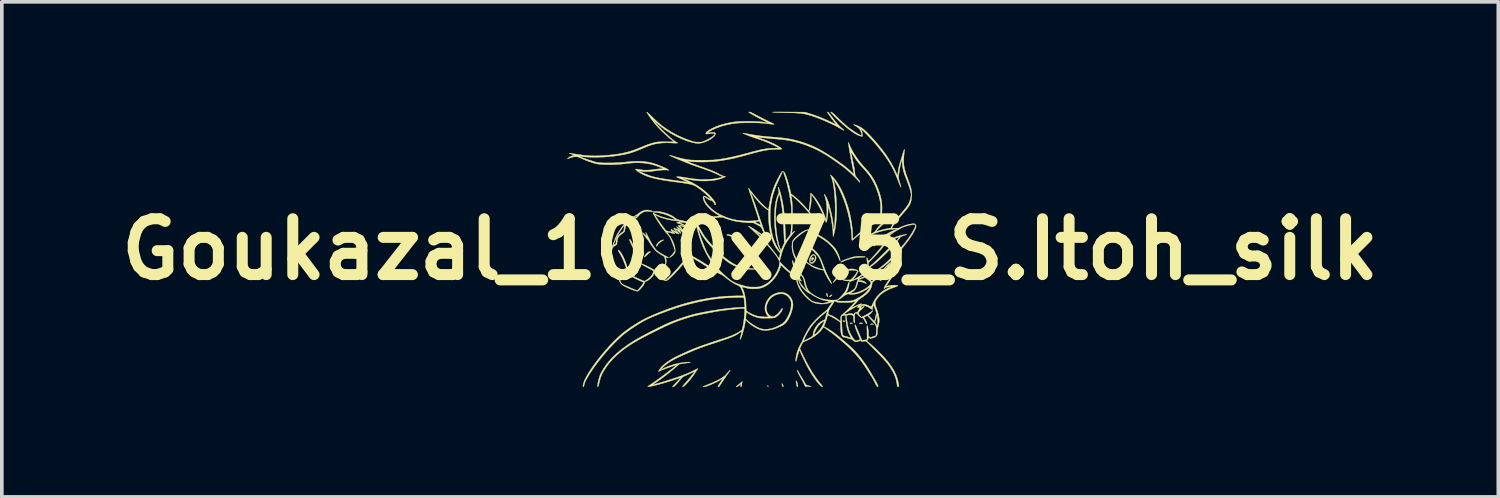
<source format=kicad_pcb>
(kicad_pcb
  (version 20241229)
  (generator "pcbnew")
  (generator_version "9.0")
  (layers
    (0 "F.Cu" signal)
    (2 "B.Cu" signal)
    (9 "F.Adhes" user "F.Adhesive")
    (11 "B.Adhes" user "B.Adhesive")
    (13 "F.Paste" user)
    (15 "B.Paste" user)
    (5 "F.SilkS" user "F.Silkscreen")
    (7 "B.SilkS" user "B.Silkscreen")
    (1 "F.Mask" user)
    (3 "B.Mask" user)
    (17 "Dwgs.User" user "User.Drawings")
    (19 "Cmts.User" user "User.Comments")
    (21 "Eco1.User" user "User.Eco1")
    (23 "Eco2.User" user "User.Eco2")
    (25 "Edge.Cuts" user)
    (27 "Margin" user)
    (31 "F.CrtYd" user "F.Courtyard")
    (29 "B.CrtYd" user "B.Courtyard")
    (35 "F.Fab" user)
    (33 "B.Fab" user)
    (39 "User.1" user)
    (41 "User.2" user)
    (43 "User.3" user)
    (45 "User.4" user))
  (footprint "Goukazal_10.0x7.5_S.Itoh_silk"
    (layer "F.Cu")
    (at 17.424 3.756)
    (property "Reference" "Goukazal_10.0x7.5_S.Itoh_silk" (at 0 0 0) (layer "F.SilkS") (effects (font (size 1.524 1.524) (thickness 0.3))))
    (attr through_hole)
    (fp_poly (pts (xy 4.103 -0.562) (xy 4.098 -0.557) (xy 4.093 -0.562) (xy 4.098 -0.567) (xy 4.103 -0.562)) (stroke (width 0.01) (type solid)) (fill yes) (layer "F.SilkS"))
    (fp_poly (pts (xy 0.497 3.731) (xy 0.498 3.737) (xy 0.493 3.75) (xy 0.488 3.751) (xy 0.481 3.743) (xy 0.479 3.731) (xy 0.482 3.718) (xy 0.488 3.717) (xy 0.497 3.731)) (stroke (width 0.01) (type solid)) (fill yes) (layer "F.SilkS"))
    (fp_poly (pts (xy 1.355 0.631) (xy 1.353 0.635) (xy 1.34 0.644) (xy 1.337 0.645) (xy 1.332 0.639) (xy 1.333 0.635) (xy 1.346 0.626) (xy 1.349 0.625) (xy 1.355 0.631)) (stroke (width 0.01) (type solid)) (fill yes) (layer "F.SilkS"))
    (fp_poly (pts (xy 2.575 1.951) (xy 2.588 1.961) (xy 2.589 1.964) (xy 2.581 1.972) (xy 2.563 1.972) (xy 2.544 1.966) (xy 2.541 1.965) (xy 2.534 1.955) (xy 2.539 1.95) (xy 2.556 1.947) (xy 2.575 1.951)) (stroke (width 0.01) (type solid)) (fill yes) (layer "F.SilkS"))
    (fp_poly (pts (xy 2.601 0.682) (xy 2.601 0.704) (xy 2.592 0.724) (xy 2.579 0.733) (xy 2.579 0.733) (xy 2.571 0.724) (xy 2.569 0.709) (xy 2.573 0.688) (xy 2.583 0.674) (xy 2.594 0.671) (xy 2.601 0.682)) (stroke (width 0.01) (type solid)) (fill yes) (layer "F.SilkS"))
    (fp_poly (pts (xy 2.774 2.008) (xy 2.782 2.012) (xy 2.793 2.02) (xy 2.794 2.023) (xy 2.766 2.026) (xy 2.741 2.027) (xy 2.727 2.024) (xy 2.726 2.022) (xy 2.734 2.012) (xy 2.753 2.007) (xy 2.774 2.008)) (stroke (width 0.01) (type solid)) (fill yes) (layer "F.SilkS"))
    (fp_poly (pts (xy 1.733 0.232) (xy 1.735 0.252) (xy 1.728 0.272) (xy 1.711 0.293) (xy 1.693 0.302) (xy 1.678 0.296) (xy 1.676 0.294) (xy 1.673 0.274) (xy 1.68 0.249) (xy 1.694 0.229) (xy 1.7 0.225) (xy 1.72 0.221) (xy 1.733 0.232)) (stroke (width 0.01) (type solid)) (fill yes) (layer "F.SilkS"))
    (fp_poly (pts (xy 2.236 1.244) (xy 2.237 1.25) (xy 2.23 1.262) (xy 2.211 1.277) (xy 2.19 1.291) (xy 2.171 1.299) (xy 2.168 1.299) (xy 2.166 1.293) (xy 2.176 1.278) (xy 2.183 1.27) (xy 2.206 1.25) (xy 2.225 1.241) (xy 2.236 1.244)) (stroke (width 0.01) (type solid)) (fill yes) (layer "F.SilkS"))
    (fp_poly (pts (xy 3.036 2.006) (xy 3.043 2.007) (xy 3.067 2.014) (xy 3.072 2.02) (xy 3.06 2.026) (xy 3.03 2.03) (xy 3.022 2.031) (xy 2.994 2.032) (xy 2.983 2.029) (xy 2.985 2.023) (xy 2.991 2.017) (xy 3.009 2.006) (xy 3.036 2.006)) (stroke (width 0.01) (type solid)) (fill yes) (layer "F.SilkS"))
    (fp_poly (pts (xy 3.351 2.035) (xy 3.365 2.041) (xy 3.365 2.042) (xy 3.361 2.048) (xy 3.34 2.051) (xy 3.326 2.052) (xy 3.299 2.05) (xy 3.287 2.045) (xy 3.287 2.042) (xy 3.3 2.035) (xy 3.324 2.032) (xy 3.326 2.032) (xy 3.351 2.035)) (stroke (width 0.01) (type solid)) (fill yes) (layer "F.SilkS"))
    (fp_poly (pts (xy 2.105 1.214) (xy 2.109 1.227) (xy 2.118 1.262) (xy 2.119 1.282) (xy 2.113 1.289) (xy 2.111 1.29) (xy 2.102 1.281) (xy 2.093 1.26) (xy 2.089 1.25) (xy 2.083 1.22) (xy 2.086 1.203) (xy 2.088 1.2) (xy 2.097 1.199) (xy 2.105 1.214)) (stroke (width 0.01) (type solid)) (fill yes) (layer "F.SilkS"))
    (fp_poly (pts (xy -3.371 0.718) (xy -3.374 0.733) (xy -3.389 0.76) (xy -3.401 0.779) (xy -3.424 0.812) (xy -3.438 0.83) (xy -3.445 0.835) (xy -3.448 0.828) (xy -3.449 0.813) (xy -3.443 0.79) (xy -3.429 0.763) (xy -3.41 0.737) (xy -3.392 0.719) (xy -3.379 0.713) (xy -3.371 0.718)) (stroke (width 0.01) (type solid)) (fill yes) (layer "F.SilkS"))
    (fp_poly (pts (xy 0.88 3.671) (xy 0.893 3.693) (xy 0.894 3.697) (xy 0.904 3.722) (xy 0.908 3.74) (xy 0.909 3.741) (xy 0.903 3.751) (xy 0.891 3.748) (xy 0.885 3.739) (xy 0.88 3.722) (xy 0.872 3.697) (xy 0.872 3.695) (xy 0.867 3.672) (xy 0.87 3.664) (xy 0.88 3.671)) (stroke (width 0.01) (type solid)) (fill yes) (layer "F.SilkS"))
    (fp_poly (pts (xy -3.087 -0.706) (xy -3.069 -0.69) (xy -3.051 -0.671) (xy -3.031 -0.647) (xy -3.011 -0.621) (xy -2.994 -0.598) (xy -2.984 -0.582) (xy -2.983 -0.576) (xy -2.991 -0.583) (xy -3.009 -0.601) (xy -3.033 -0.626) (xy -3.042 -0.636) (xy -3.067 -0.665) (xy -3.086 -0.688) (xy -3.096 -0.704) (xy -3.096 -0.711) (xy -3.087 -0.706)) (stroke (width 0.01) (type solid)) (fill yes) (layer "F.SilkS"))
    (fp_poly (pts (xy -3.078 0.386) (xy -3.091 0.406) (xy -3.106 0.422) (xy -3.134 0.451) (xy -3.16 0.484) (xy -3.17 0.498) (xy -3.19 0.527) (xy -3.205 0.542) (xy -3.213 0.543) (xy -3.214 0.538) (xy -3.206 0.504) (xy -3.186 0.465) (xy -3.156 0.427) (xy -3.12 0.393) (xy -3.114 0.389) (xy -3.09 0.375) (xy -3.078 0.375) (xy -3.078 0.386)) (stroke (width 0.01) (type solid)) (fill yes) (layer "F.SilkS"))
    (fp_poly (pts (xy -2.36 -0.255) (xy -2.375 -0.242) (xy -2.409 -0.221) (xy -2.426 -0.211) (xy -2.477 -0.175) (xy -2.512 -0.136) (xy -2.516 -0.131) (xy -2.536 -0.1) (xy -2.55 -0.084) (xy -2.559 -0.082) (xy -2.563 -0.086) (xy -2.561 -0.098) (xy -2.551 -0.122) (xy -2.537 -0.147) (xy -2.498 -0.194) (xy -2.446 -0.232) (xy -2.387 -0.257) (xy -2.38 -0.258) (xy -2.361 -0.261) (xy -2.36 -0.255)) (stroke (width 0.01) (type solid)) (fill yes) (layer "F.SilkS"))
    (fp_poly (pts (xy 1.266 3.596) (xy 1.277 3.615) (xy 1.286 3.64) (xy 1.288 3.647) (xy 1.299 3.693) (xy 1.305 3.724) (xy 1.306 3.742) (xy 1.302 3.75) (xy 1.296 3.751) (xy 1.281 3.743) (xy 1.276 3.734) (xy 1.272 3.714) (xy 1.267 3.685) (xy 1.266 3.678) (xy 1.26 3.644) (xy 1.254 3.613) (xy 1.254 3.61) (xy 1.252 3.591) (xy 1.257 3.588) (xy 1.266 3.596)) (stroke (width 0.01) (type solid)) (fill yes) (layer "F.SilkS"))
    (fp_poly (pts (xy -2.717 0.066) (xy -2.723 0.076) (xy -2.731 0.082) (xy -2.747 0.094) (xy -2.772 0.115) (xy -2.8 0.142) (xy -2.803 0.144) (xy -2.837 0.177) (xy -2.86 0.198) (xy -2.873 0.209) (xy -2.88 0.212) (xy -2.882 0.208) (xy -2.882 0.206) (xy -2.874 0.18) (xy -2.855 0.149) (xy -2.827 0.117) (xy -2.795 0.088) (xy -2.765 0.068) (xy -2.75 0.063) (xy -2.727 0.06) (xy -2.717 0.066)) (stroke (width 0.01) (type solid)) (fill yes) (layer "F.SilkS"))
    (fp_poly (pts (xy 3.062 0.192) (xy 3.106 0.195) (xy 3.134 0.2) (xy 3.141 0.203) (xy 3.146 0.208) (xy 3.14 0.211) (xy 3.121 0.213) (xy 3.087 0.214) (xy 3.04 0.215) (xy 2.893 0.224) (xy 2.748 0.253) (xy 2.605 0.301) (xy 2.556 0.322) (xy 2.515 0.34) (xy 2.487 0.349) (xy 2.476 0.349) (xy 2.48 0.341) (xy 2.489 0.332) (xy 2.511 0.319) (xy 2.548 0.301) (xy 2.595 0.282) (xy 2.65 0.261) (xy 2.707 0.241) (xy 2.762 0.224) (xy 2.799 0.213) (xy 2.849 0.202) (xy 2.896 0.195) (xy 2.949 0.191) (xy 3.004 0.191) (xy 3.062 0.192)) (stroke (width 0.01) (type solid)) (fill yes) (layer "F.SilkS"))
    (fp_poly (pts (xy -0.206 3.618) (xy -0.213 3.627) (xy -0.22 3.643) (xy -0.224 3.67) (xy -0.225 3.679) (xy -0.227 3.72) (xy -0.235 3.743) (xy -0.249 3.751) (xy -0.25 3.751) (xy -0.259 3.745) (xy -0.258 3.723) (xy -0.249 3.686) (xy -0.249 3.685) (xy -0.249 3.674) (xy -0.26 3.678) (xy -0.282 3.697) (xy -0.298 3.712) (xy -0.33 3.739) (xy -0.356 3.751) (xy -0.361 3.751) (xy -0.376 3.749) (xy -0.376 3.743) (xy -0.364 3.733) (xy -0.341 3.715) (xy -0.313 3.692) (xy -0.31 3.689) (xy -0.278 3.664) (xy -0.251 3.641) (xy -0.232 3.625) (xy -0.232 3.624) (xy -0.216 3.613) (xy -0.206 3.611) (xy -0.206 3.618)) (stroke (width 0.01) (type solid)) (fill yes) (layer "F.SilkS"))
    (fp_poly (pts (xy -3.275 -0.27) (xy -3.264 -0.259) (xy -3.251 -0.237) (xy -3.233 -0.202) (xy -3.21 -0.151) (xy -3.205 -0.14) (xy -3.18 -0.085) (xy -3.152 -0.022) (xy -3.123 0.041) (xy -3.106 0.078) (xy -3.083 0.131) (xy -3.06 0.185) (xy -3.039 0.237) (xy -3.02 0.285) (xy -3.006 0.325) (xy -2.996 0.353) (xy -2.993 0.368) (xy -2.994 0.369) (xy -3 0.364) (xy -3.011 0.347) (xy -3.013 0.344) (xy -3.026 0.317) (xy -3.041 0.282) (xy -3.047 0.267) (xy -3.056 0.245) (xy -3.073 0.209) (xy -3.096 0.161) (xy -3.123 0.105) (xy -3.153 0.043) (xy -3.179 -0.01) (xy -3.216 -0.086) (xy -3.246 -0.147) (xy -3.267 -0.194) (xy -3.281 -0.228) (xy -3.289 -0.252) (xy -3.291 -0.266) (xy -3.288 -0.273) (xy -3.284 -0.274) (xy -3.275 -0.27)) (stroke (width 0.01) (type solid)) (fill yes) (layer "F.SilkS"))
    (fp_poly (pts (xy 1.302 3.307) (xy 1.317 3.336) (xy 1.335 3.371) (xy 1.36 3.415) (xy 1.388 3.46) (xy 1.4 3.479) (xy 1.428 3.524) (xy 1.457 3.573) (xy 1.481 3.618) (xy 1.489 3.632) (xy 1.508 3.668) (xy 1.523 3.69) (xy 1.538 3.702) (xy 1.555 3.708) (xy 1.584 3.717) (xy 1.618 3.73) (xy 1.626 3.733) (xy 1.666 3.752) (xy 1.617 3.748) (xy 1.584 3.744) (xy 1.557 3.739) (xy 1.549 3.736) (xy 1.536 3.733) (xy 1.538 3.74) (xy 1.537 3.749) (xy 1.526 3.751) (xy 1.513 3.746) (xy 1.499 3.728) (xy 1.483 3.695) (xy 1.479 3.686) (xy 1.462 3.65) (xy 1.439 3.605) (xy 1.412 3.555) (xy 1.387 3.512) (xy 1.347 3.443) (xy 1.318 3.388) (xy 1.3 3.345) (xy 1.291 3.313) (xy 1.29 3.299) (xy 1.293 3.294) (xy 1.302 3.307)) (stroke (width 0.01) (type solid)) (fill yes) (layer "F.SilkS"))
    (fp_poly (pts (xy 1.756 0.146) (xy 1.773 0.159) (xy 1.795 0.19) (xy 1.803 0.229) (xy 1.798 0.272) (xy 1.781 0.314) (xy 1.752 0.351) (xy 1.73 0.369) (xy 1.698 0.386) (xy 1.672 0.389) (xy 1.649 0.377) (xy 1.627 0.35) (xy 1.618 0.312) (xy 1.619 0.3) (xy 1.644 0.3) (xy 1.645 0.335) (xy 1.649 0.346) (xy 1.659 0.362) (xy 1.672 0.365) (xy 1.69 0.36) (xy 1.716 0.345) (xy 1.741 0.322) (xy 1.745 0.317) (xy 1.764 0.283) (xy 1.774 0.247) (xy 1.776 0.211) (xy 1.769 0.181) (xy 1.754 0.162) (xy 1.736 0.156) (xy 1.712 0.165) (xy 1.688 0.189) (xy 1.667 0.222) (xy 1.652 0.261) (xy 1.644 0.3) (xy 1.619 0.3) (xy 1.622 0.268) (xy 1.637 0.224) (xy 1.664 0.182) (xy 1.671 0.174) (xy 1.702 0.147) (xy 1.729 0.138) (xy 1.756 0.146)) (stroke (width 0.01) (type solid)) (fill yes) (layer "F.SilkS"))
    (fp_poly (pts (xy -0.542 3.302) (xy -0.551 3.316) (xy -0.569 3.342) (xy -0.591 3.374) (xy -0.606 3.395) (xy -0.645 3.45) (xy -0.684 3.507) (xy -0.722 3.563) (xy -0.757 3.615) (xy -0.787 3.661) (xy -0.81 3.696) (xy -0.824 3.719) (xy -0.825 3.722) (xy -0.839 3.739) (xy -0.857 3.75) (xy -0.872 3.753) (xy -0.879 3.744) (xy -0.879 3.743) (xy -0.874 3.732) (xy -0.86 3.708) (xy -0.839 3.675) (xy -0.813 3.635) (xy -0.806 3.625) (xy -0.777 3.581) (xy -0.759 3.552) (xy -0.749 3.535) (xy -0.749 3.528) (xy -0.755 3.53) (xy -0.765 3.536) (xy -0.829 3.575) (xy -0.902 3.615) (xy -0.989 3.656) (xy -1.063 3.689) (xy -1.123 3.714) (xy -1.168 3.732) (xy -1.203 3.743) (xy -1.231 3.749) (xy -1.255 3.751) (xy -1.255 3.751) (xy -1.273 3.751) (xy -1.282 3.749) (xy -1.281 3.746) (xy -1.269 3.739) (xy -1.243 3.728) (xy -1.202 3.711) (xy -1.158 3.694) (xy -1.024 3.639) (xy -0.909 3.587) (xy -0.813 3.536) (xy -0.735 3.487) (xy -0.677 3.441) (xy -0.641 3.402) (xy -0.623 3.379) (xy -0.601 3.354) (xy -0.579 3.33) (xy -0.56 3.311) (xy -0.546 3.299) (xy -0.541 3.297) (xy -0.542 3.302)) (stroke (width 0.01) (type solid)) (fill yes) (layer "F.SilkS"))
    (fp_poly (pts (xy 2.132 -3.743) (xy 2.156 -3.718) (xy 2.189 -3.677) (xy 2.208 -3.651) (xy 2.281 -3.553) (xy 2.346 -3.47) (xy 2.403 -3.403) (xy 2.452 -3.352) (xy 2.492 -3.318) (xy 2.529 -3.289) (xy 2.552 -3.267) (xy 2.559 -3.251) (xy 2.557 -3.248) (xy 2.548 -3.251) (xy 2.527 -3.263) (xy 2.498 -3.28) (xy 2.491 -3.284) (xy 2.407 -3.332) (xy 2.308 -3.384) (xy 2.199 -3.436) (xy 2.083 -3.489) (xy 1.965 -3.539) (xy 1.849 -3.585) (xy 1.739 -3.625) (xy 1.64 -3.657) (xy 1.597 -3.669) (xy 1.546 -3.683) (xy 1.496 -3.693) (xy 1.445 -3.703) (xy 1.389 -3.71) (xy 1.327 -3.716) (xy 1.255 -3.721) (xy 1.172 -3.725) (xy 1.074 -3.728) (xy 0.964 -3.731) (xy 0.884 -3.733) (xy 0.809 -3.735) (xy 0.743 -3.738) (xy 0.687 -3.74) (xy 0.645 -3.742) (xy 0.618 -3.744) (xy 0.608 -3.746) (xy 0.616 -3.747) (xy 0.642 -3.748) (xy 0.683 -3.749) (xy 0.738 -3.75) (xy 0.805 -3.75) (xy 0.883 -3.75) (xy 0.968 -3.749) (xy 1.045 -3.749) (xy 1.49 -3.745) (xy 1.583 -3.719) (xy 1.733 -3.671) (xy 1.892 -3.613) (xy 2.055 -3.546) (xy 2.215 -3.472) (xy 2.261 -3.45) (xy 2.301 -3.431) (xy 2.331 -3.418) (xy 2.349 -3.41) (xy 2.352 -3.409) (xy 2.35 -3.416) (xy 2.338 -3.431) (xy 2.333 -3.436) (xy 2.309 -3.465) (xy 2.275 -3.507) (xy 2.234 -3.561) (xy 2.188 -3.626) (xy 2.156 -3.671) (xy 2.13 -3.708) (xy 2.116 -3.732) (xy 2.11 -3.746) (xy 2.114 -3.751) (xy 2.117 -3.751) (xy 2.132 -3.743)) (stroke (width 0.01) (type solid)) (fill yes) (layer "F.SilkS"))
    (fp_poly (pts (xy 2.22 -3.747) (xy 2.239 -3.735) (xy 2.266 -3.713) (xy 2.303 -3.68) (xy 2.35 -3.635) (xy 2.394 -3.592) (xy 2.446 -3.541) (xy 2.501 -3.49) (xy 2.554 -3.441) (xy 2.601 -3.398) (xy 2.64 -3.366) (xy 2.648 -3.359) (xy 2.703 -3.315) (xy 2.762 -3.273) (xy 2.82 -3.232) (xy 2.876 -3.194) (xy 2.928 -3.162) (xy 2.973 -3.136) (xy 3.009 -3.118) (xy 3.034 -3.109) (xy 3.045 -3.11) (xy 3.047 -3.124) (xy 3.043 -3.151) (xy 3.034 -3.185) (xy 3.021 -3.222) (xy 3.007 -3.255) (xy 2.993 -3.28) (xy 2.991 -3.282) (xy 2.97 -3.303) (xy 2.938 -3.329) (xy 2.9 -3.355) (xy 2.886 -3.364) (xy 2.851 -3.385) (xy 2.832 -3.399) (xy 2.827 -3.405) (xy 2.834 -3.406) (xy 2.843 -3.404) (xy 2.894 -3.39) (xy 2.952 -3.366) (xy 3.012 -3.336) (xy 3.065 -3.303) (xy 3.079 -3.293) (xy 3.127 -3.253) (xy 3.184 -3.2) (xy 3.248 -3.135) (xy 3.317 -3.062) (xy 3.388 -2.983) (xy 3.461 -2.899) (xy 3.531 -2.814) (xy 3.599 -2.73) (xy 3.66 -2.65) (xy 3.707 -2.585) (xy 3.788 -2.463) (xy 3.863 -2.339) (xy 3.929 -2.218) (xy 3.983 -2.104) (xy 4 -2.064) (xy 4.013 -2.036) (xy 4.021 -2.023) (xy 4.028 -2.026) (xy 4.032 -2.045) (xy 4.037 -2.083) (xy 4.039 -2.107) (xy 4.044 -2.155) (xy 4.052 -2.204) (xy 4.064 -2.257) (xy 4.08 -2.318) (xy 4.102 -2.392) (xy 4.117 -2.439) (xy 4.135 -2.495) (xy 4.152 -2.553) (xy 4.168 -2.605) (xy 4.18 -2.645) (xy 4.182 -2.65) (xy 4.193 -2.685) (xy 4.204 -2.712) (xy 4.212 -2.725) (xy 4.213 -2.726) (xy 4.218 -2.718) (xy 4.217 -2.704) (xy 4.214 -2.686) (xy 4.21 -2.654) (xy 4.206 -2.61) (xy 4.201 -2.559) (xy 4.2 -2.542) (xy 4.194 -2.457) (xy 4.194 -2.38) (xy 4.199 -2.306) (xy 4.21 -2.232) (xy 4.229 -2.154) (xy 4.254 -2.069) (xy 4.288 -1.972) (xy 4.312 -1.908) (xy 4.349 -1.808) (xy 4.377 -1.722) (xy 4.398 -1.646) (xy 4.41 -1.578) (xy 4.415 -1.514) (xy 4.414 -1.451) (xy 4.407 -1.386) (xy 4.402 -1.357) (xy 4.394 -1.318) (xy 4.385 -1.282) (xy 4.373 -1.249) (xy 4.357 -1.216) (xy 4.336 -1.18) (xy 4.308 -1.14) (xy 4.272 -1.093) (xy 4.226 -1.038) (xy 4.17 -0.972) (xy 4.119 -0.914) (xy 4.071 -0.858) (xy 4.025 -0.802) (xy 3.982 -0.748) (xy 3.944 -0.698) (xy 3.912 -0.655) (xy 3.888 -0.619) (xy 3.873 -0.594) (xy 3.87 -0.582) (xy 3.87 -0.581) (xy 3.881 -0.579) (xy 3.907 -0.578) (xy 3.943 -0.576) (xy 3.962 -0.576) (xy 4.004 -0.576) (xy 4.036 -0.578) (xy 4.063 -0.584) (xy 4.094 -0.596) (xy 4.132 -0.614) (xy 4.228 -0.652) (xy 4.332 -0.681) (xy 4.429 -0.698) (xy 4.463 -0.7) (xy 4.485 -0.698) (xy 4.501 -0.69) (xy 4.51 -0.682) (xy 4.529 -0.652) (xy 4.533 -0.631) (xy 4.527 -0.598) (xy 4.509 -0.553) (xy 4.481 -0.496) (xy 4.445 -0.431) (xy 4.4 -0.36) (xy 4.349 -0.284) (xy 4.292 -0.205) (xy 4.287 -0.199) (xy 4.163 -0.043) (xy 4.034 0.104) (xy 3.902 0.241) (xy 3.767 0.366) (xy 3.632 0.477) (xy 3.498 0.574) (xy 3.367 0.654) (xy 3.276 0.7) (xy 3.236 0.719) (xy 3.204 0.736) (xy 3.182 0.747) (xy 3.175 0.752) (xy 3.183 0.76) (xy 3.202 0.772) (xy 3.21 0.776) (xy 3.236 0.794) (xy 3.266 0.82) (xy 3.284 0.838) (xy 3.324 0.881) (xy 3.387 0.819) (xy 3.445 0.762) (xy 3.492 0.713) (xy 3.533 0.668) (xy 3.573 0.621) (xy 3.59 0.601) (xy 3.615 0.571) (xy 3.647 0.535) (xy 3.682 0.497) (xy 3.718 0.459) (xy 3.753 0.424) (xy 3.784 0.393) (xy 3.808 0.37) (xy 3.824 0.358) (xy 3.828 0.356) (xy 3.827 0.368) (xy 3.819 0.394) (xy 3.804 0.432) (xy 3.785 0.478) (xy 3.763 0.529) (xy 3.737 0.583) (xy 3.72 0.619) (xy 3.699 0.662) (xy 3.682 0.699) (xy 3.671 0.725) (xy 3.667 0.739) (xy 3.667 0.74) (xy 3.677 0.737) (xy 3.698 0.723) (xy 3.728 0.702) (xy 3.764 0.675) (xy 3.801 0.645) (xy 3.838 0.615) (xy 3.87 0.587) (xy 3.895 0.563) (xy 3.903 0.555) (xy 3.93 0.52) (xy 3.96 0.473) (xy 3.989 0.421) (xy 4.014 0.37) (xy 4.03 0.332) (xy 4.035 0.318) (xy 4.038 0.32) (xy 4.041 0.338) (xy 4.042 0.345) (xy 4.04 0.392) (xy 4.025 0.451) (xy 3.999 0.521) (xy 3.962 0.602) (xy 3.915 0.691) (xy 3.859 0.786) (xy 3.807 0.866) (xy 3.777 0.911) (xy 3.751 0.951) (xy 3.73 0.983) (xy 3.718 1.003) (xy 3.714 1.009) (xy 3.72 1.01) (xy 3.739 1.005) (xy 3.753 1) (xy 3.786 0.992) (xy 3.829 0.985) (xy 3.878 0.981) (xy 3.927 0.978) (xy 3.972 0.979) (xy 4.007 0.982) (xy 4.025 0.987) (xy 4.034 0.992) (xy 4.035 0.998) (xy 4.027 1.004) (xy 4.007 1.013) (xy 3.973 1.025) (xy 3.926 1.041) (xy 3.81 1.084) (xy 3.711 1.132) (xy 3.627 1.185) (xy 3.555 1.245) (xy 3.492 1.315) (xy 3.478 1.333) (xy 3.447 1.378) (xy 3.426 1.416) (xy 3.415 1.452) (xy 3.414 1.489) (xy 3.423 1.533) (xy 3.441 1.587) (xy 3.456 1.627) (xy 3.477 1.686) (xy 3.495 1.751) (xy 3.511 1.816) (xy 3.522 1.875) (xy 3.526 1.923) (xy 3.527 1.93) (xy 3.524 1.978) (xy 3.515 2.033) (xy 3.503 2.086) (xy 3.492 2.123) (xy 3.485 2.151) (xy 3.48 2.19) (xy 3.477 2.233) (xy 3.477 2.235) (xy 3.475 2.29) (xy 3.469 2.329) (xy 3.456 2.357) (xy 3.436 2.379) (xy 3.404 2.397) (xy 3.39 2.404) (xy 3.335 2.424) (xy 3.294 2.432) (xy 3.264 2.425) (xy 3.25 2.413) (xy 3.241 2.401) (xy 3.235 2.403) (xy 3.231 2.421) (xy 3.229 2.428) (xy 3.219 2.457) (xy 3.204 2.482) (xy 3.203 2.483) (xy 3.183 2.503) (xy 3.205 2.518) (xy 3.251 2.553) (xy 3.306 2.6) (xy 3.368 2.656) (xy 3.436 2.72) (xy 3.505 2.788) (xy 3.574 2.858) (xy 3.64 2.928) (xy 3.7 2.994) (xy 3.752 3.054) (xy 3.768 3.075) (xy 3.859 3.198) (xy 3.933 3.318) (xy 3.989 3.437) (xy 4.03 3.556) (xy 4.055 3.678) (xy 4.058 3.7) (xy 4.061 3.73) (xy 4.06 3.745) (xy 4.053 3.751) (xy 4.044 3.751) (xy 4.034 3.751) (xy 4.027 3.747) (xy 4.021 3.736) (xy 4.016 3.715) (xy 4.01 3.68) (xy 4.006 3.651) (xy 3.982 3.543) (xy 3.945 3.437) (xy 3.893 3.33) (xy 3.83 3.227) (xy 3.798 3.181) (xy 3.764 3.135) (xy 3.726 3.087) (xy 3.682 3.036) (xy 3.632 2.98) (xy 3.572 2.917) (xy 3.503 2.845) (xy 3.421 2.762) (xy 3.394 2.735) (xy 3.164 2.504) (xy 3.111 2.512) (xy 3.065 2.515) (xy 3.036 2.512) (xy 3.024 2.503) (xy 3.025 2.495) (xy 3.027 2.483) (xy 3.016 2.484) (xy 2.994 2.497) (xy 2.969 2.509) (xy 2.936 2.519) (xy 2.925 2.522) (xy 2.882 2.524) (xy 2.846 2.512) (xy 2.81 2.483) (xy 2.805 2.477) (xy 2.784 2.46) (xy 2.767 2.452) (xy 2.765 2.452) (xy 2.75 2.449) (xy 2.721 2.442) (xy 2.683 2.431) (xy 2.657 2.423) (xy 2.615 2.41) (xy 2.578 2.4) (xy 2.551 2.395) (xy 2.543 2.394) (xy 2.521 2.384) (xy 2.503 2.356) (xy 2.489 2.31) (xy 2.478 2.246) (xy 2.472 2.166) (xy 2.47 2.108) (xy 2.469 2.065) (xy 2.467 2.028) (xy 2.465 2.003) (xy 2.463 1.995) (xy 2.448 1.98) (xy 2.42 1.958) (xy 2.383 1.934) (xy 2.339 1.907) (xy 2.293 1.88) (xy 2.246 1.854) (xy 2.203 1.832) (xy 2.165 1.815) (xy 2.138 1.804) (xy 2.122 1.803) (xy 2.121 1.803) (xy 2.115 1.817) (xy 2.106 1.843) (xy 2.096 1.878) (xy 2.095 1.881) (xy 2.083 1.924) (xy 2.065 1.975) (xy 2.047 2.023) (xy 2.045 2.027) (xy 2.03 2.062) (xy 2.019 2.089) (xy 2.013 2.105) (xy 2.012 2.107) (xy 2.02 2.112) (xy 2.042 2.123) (xy 2.071 2.138) (xy 2.072 2.138) (xy 2.144 2.178) (xy 2.226 2.232) (xy 2.319 2.3) (xy 2.423 2.381) (xy 2.538 2.477) (xy 2.665 2.587) (xy 2.753 2.666) (xy 2.824 2.733) (xy 2.893 2.807) (xy 2.964 2.889) (xy 3.038 2.983) (xy 3.118 3.09) (xy 3.147 3.131) (xy 3.167 3.16) (xy 3.194 3.202) (xy 3.226 3.254) (xy 3.263 3.314) (xy 3.302 3.378) (xy 3.34 3.443) (xy 3.377 3.505) (xy 3.41 3.562) (xy 3.437 3.609) (xy 3.454 3.641) (xy 3.478 3.687) (xy 3.491 3.719) (xy 3.496 3.739) (xy 3.492 3.749) (xy 3.48 3.751) (xy 3.469 3.744) (xy 3.453 3.722) (xy 3.431 3.684) (xy 3.412 3.646) (xy 3.387 3.597) (xy 3.36 3.546) (xy 3.335 3.502) (xy 3.319 3.478) (xy 3.298 3.445) (xy 3.27 3.402) (xy 3.238 3.352) (xy 3.206 3.302) (xy 3.2 3.292) (xy 3.116 3.164) (xy 3.033 3.048) (xy 2.947 2.939) (xy 2.855 2.835) (xy 2.754 2.731) (xy 2.642 2.626) (xy 2.535 2.531) (xy 2.449 2.458) (xy 2.374 2.395) (xy 2.306 2.34) (xy 2.241 2.29) (xy 2.177 2.242) (xy 2.108 2.194) (xy 2.103 2.19) (xy 2.003 2.12) (xy 1.977 2.162) (xy 1.922 2.234) (xy 1.85 2.304) (xy 1.764 2.37) (xy 1.667 2.43) (xy 1.562 2.483) (xy 1.519 2.5) (xy 1.483 2.516) (xy 1.457 2.531) (xy 1.437 2.55) (xy 1.42 2.578) (xy 1.4 2.618) (xy 1.394 2.631) (xy 1.36 2.708) (xy 1.392 2.778) (xy 1.491 2.986) (xy 1.592 3.176) (xy 1.692 3.348) (xy 1.794 3.501) (xy 1.895 3.635) (xy 1.917 3.661) (xy 1.949 3.699) (xy 1.969 3.725) (xy 1.979 3.74) (xy 1.981 3.748) (xy 1.975 3.751) (xy 1.97 3.751) (xy 1.95 3.743) (xy 1.921 3.72) (xy 1.886 3.683) (xy 1.845 3.635) (xy 1.8 3.577) (xy 1.753 3.511) (xy 1.704 3.439) (xy 1.655 3.362) (xy 1.634 3.326) (xy 1.606 3.279) (xy 1.574 3.219) (xy 1.539 3.152) (xy 1.503 3.08) (xy 1.468 3.008) (xy 1.436 2.94) (xy 1.408 2.879) (xy 1.386 2.829) (xy 1.377 2.805) (xy 1.365 2.775) (xy 1.354 2.756) (xy 1.347 2.752) (xy 1.347 2.752) (xy 1.342 2.764) (xy 1.333 2.79) (xy 1.321 2.827) (xy 1.308 2.871) (xy 1.294 2.917) (xy 1.282 2.962) (xy 1.272 3.001) (xy 1.266 3.026) (xy 1.258 3.051) (xy 1.25 3.058) (xy 1.245 3.048) (xy 1.244 3.023) (xy 1.245 3.011) (xy 1.258 2.924) (xy 1.273 2.851) (xy 1.291 2.788) (xy 1.297 2.77) (xy 1.316 2.72) (xy 1.341 2.664) (xy 1.368 2.609) (xy 1.395 2.56) (xy 1.416 2.525) (xy 1.429 2.502) (xy 1.432 2.494) (xy 1.458 2.494) (xy 1.462 2.496) (xy 1.482 2.49) (xy 1.517 2.475) (xy 1.555 2.456) (xy 1.593 2.436) (xy 1.636 2.412) (xy 1.663 2.397) (xy 1.693 2.378) (xy 1.71 2.364) (xy 1.717 2.349) (xy 1.719 2.329) (xy 1.72 2.325) (xy 1.75 2.325) (xy 1.756 2.335) (xy 1.757 2.335) (xy 1.768 2.328) (xy 1.789 2.311) (xy 1.817 2.285) (xy 1.844 2.259) (xy 1.895 2.205) (xy 1.937 2.151) (xy 1.958 2.117) (xy 1.981 2.073) (xy 2.001 2.032) (xy 2.015 1.996) (xy 2.024 1.97) (xy 2.025 1.955) (xy 2.023 1.954) (xy 2.009 1.96) (xy 1.984 1.977) (xy 1.954 2.002) (xy 1.922 2.031) (xy 1.891 2.062) (xy 1.875 2.079) (xy 1.85 2.11) (xy 1.825 2.148) (xy 1.801 2.19) (xy 1.78 2.231) (xy 1.764 2.27) (xy 1.753 2.302) (xy 1.75 2.325) (xy 1.72 2.325) (xy 1.72 2.317) (xy 1.728 2.262) (xy 1.751 2.199) (xy 1.787 2.132) (xy 1.811 2.097) (xy 1.868 2.028) (xy 1.93 1.976) (xy 1.993 1.94) (xy 2.046 1.916) (xy 2.077 1.805) (xy 2.09 1.763) (xy 2.13 1.763) (xy 2.139 1.775) (xy 2.164 1.787) (xy 2.179 1.792) (xy 2.25 1.819) (xy 2.323 1.86) (xy 2.393 1.909) (xy 2.4 1.915) (xy 2.428 1.938) (xy 2.451 1.955) (xy 2.463 1.963) (xy 2.464 1.963) (xy 2.468 1.954) (xy 2.471 1.932) (xy 2.472 1.911) (xy 2.473 1.862) (xy 2.478 1.829) (xy 2.482 1.821) (xy 2.498 1.821) (xy 2.504 2.012) (xy 2.506 2.077) (xy 2.509 2.142) (xy 2.513 2.2) (xy 2.517 2.248) (xy 2.521 2.279) (xy 2.527 2.317) (xy 2.533 2.34) (xy 2.541 2.352) (xy 2.552 2.358) (xy 2.558 2.36) (xy 2.589 2.367) (xy 2.626 2.378) (xy 2.666 2.39) (xy 2.703 2.403) (xy 2.732 2.414) (xy 2.749 2.422) (xy 2.751 2.424) (xy 2.759 2.431) (xy 2.761 2.43) (xy 2.758 2.42) (xy 2.748 2.397) (xy 2.733 2.365) (xy 2.722 2.344) (xy 2.699 2.296) (xy 2.678 2.245) (xy 2.662 2.198) (xy 2.659 2.188) (xy 2.645 2.133) (xy 2.633 2.071) (xy 2.623 2.007) (xy 2.615 1.948) (xy 2.611 1.896) (xy 2.61 1.859) (xy 2.611 1.855) (xy 2.611 1.822) (xy 2.608 1.816) (xy 2.628 1.816) (xy 2.63 1.843) (xy 2.635 1.883) (xy 2.642 1.934) (xy 2.651 1.989) (xy 2.66 2.044) (xy 2.67 2.094) (xy 2.679 2.134) (xy 2.681 2.141) (xy 2.698 2.203) (xy 2.719 2.258) (xy 2.745 2.313) (xy 2.78 2.373) (xy 2.807 2.415) (xy 2.836 2.457) (xy 2.862 2.482) (xy 2.887 2.494) (xy 2.917 2.493) (xy 2.955 2.481) (xy 2.962 2.478) (xy 3.007 2.46) (xy 2.988 2.414) (xy 2.948 2.322) (xy 2.915 2.243) (xy 2.89 2.178) (xy 2.873 2.129) (xy 2.864 2.095) (xy 2.862 2.084) (xy 2.864 2.063) (xy 2.87 2.055) (xy 2.871 2.056) (xy 2.877 2.066) (xy 2.889 2.091) (xy 2.906 2.13) (xy 2.927 2.179) (xy 2.951 2.236) (xy 2.966 2.272) (xy 3.053 2.482) (xy 3.116 2.476) (xy 3.15 2.472) (xy 3.177 2.468) (xy 3.189 2.464) (xy 3.191 2.453) (xy 3.193 2.425) (xy 3.194 2.383) (xy 3.194 2.329) (xy 3.192 2.266) (xy 3.192 2.258) (xy 3.191 2.19) (xy 3.19 2.141) (xy 3.19 2.107) (xy 3.191 2.087) (xy 3.193 2.078) (xy 3.197 2.08) (xy 3.2 2.087) (xy 3.213 2.128) (xy 3.223 2.181) (xy 3.23 2.242) (xy 3.233 2.305) (xy 3.234 2.313) (xy 3.234 2.351) (xy 3.238 2.373) (xy 3.243 2.383) (xy 3.248 2.384) (xy 3.264 2.391) (xy 3.27 2.398) (xy 3.277 2.404) (xy 3.289 2.405) (xy 3.311 2.4) (xy 3.346 2.387) (xy 3.354 2.384) (xy 3.388 2.372) (xy 3.415 2.364) (xy 3.429 2.362) (xy 3.43 2.363) (xy 3.433 2.362) (xy 3.436 2.347) (xy 3.439 2.32) (xy 3.443 2.286) (xy 3.445 2.25) (xy 3.447 2.215) (xy 3.448 2.198) (xy 3.447 2.155) (xy 3.444 2.12) (xy 3.437 2.09) (xy 3.423 2.061) (xy 3.401 2.028) (xy 3.369 1.99) (xy 3.365 1.985) (xy 3.41 1.985) (xy 3.437 2.037) (xy 3.452 2.064) (xy 3.463 2.076) (xy 3.472 2.072) (xy 3.477 2.052) (xy 3.48 2.014) (xy 3.48 1.958) (xy 3.48 1.945) (xy 3.479 1.896) (xy 3.477 1.853) (xy 3.473 1.819) (xy 3.47 1.802) (xy 3.46 1.773) (xy 3.459 1.802) (xy 3.456 1.826) (xy 3.448 1.861) (xy 3.437 1.901) (xy 3.434 1.909) (xy 3.41 1.985) (xy 3.365 1.985) (xy 3.326 1.942) (xy 3.316 1.931) (xy 3.203 1.807) (xy 3.155 1.832) (xy 3.107 1.856) (xy 3.139 1.908) (xy 3.17 1.961) (xy 3.187 2) (xy 3.191 2.025) (xy 3.187 2.034) (xy 3.178 2.033) (xy 3.165 2.018) (xy 3.147 1.985) (xy 3.14 1.972) (xy 3.114 1.922) (xy 3.093 1.889) (xy 3.078 1.873) (xy 3.066 1.871) (xy 3.052 1.87) (xy 3.029 1.858) (xy 3.001 1.84) (xy 2.974 1.818) (xy 2.952 1.796) (xy 2.941 1.779) (xy 2.924 1.755) (xy 2.9 1.749) (xy 2.871 1.759) (xy 2.863 1.765) (xy 2.858 1.773) (xy 2.855 1.789) (xy 2.855 1.815) (xy 2.856 1.854) (xy 2.857 1.892) (xy 2.859 1.945) (xy 2.859 1.981) (xy 2.857 2.002) (xy 2.852 2.01) (xy 2.85 2.01) (xy 2.838 1.998) (xy 2.83 1.971) (xy 2.826 1.928) (xy 2.824 1.888) (xy 2.823 1.851) (xy 2.82 1.828) (xy 2.813 1.813) (xy 2.801 1.803) (xy 2.799 1.801) (xy 2.774 1.792) (xy 2.741 1.787) (xy 2.705 1.788) (xy 2.671 1.792) (xy 2.644 1.8) (xy 2.629 1.811) (xy 2.628 1.816) (xy 2.608 1.816) (xy 2.602 1.804) (xy 2.582 1.8) (xy 2.547 1.806) (xy 2.539 1.809) (xy 2.498 1.821) (xy 2.482 1.821) (xy 2.489 1.805) (xy 2.507 1.788) (xy 2.523 1.778) (xy 2.54 1.765) (xy 2.546 1.76) (xy 2.579 1.76) (xy 2.587 1.767) (xy 2.601 1.771) (xy 2.618 1.775) (xy 2.623 1.777) (xy 2.631 1.775) (xy 2.653 1.769) (xy 2.671 1.763) (xy 2.728 1.751) (xy 2.772 1.752) (xy 2.802 1.764) (xy 2.824 1.774) (xy 2.839 1.768) (xy 2.843 1.754) (xy 2.852 1.739) (xy 2.862 1.736) (xy 2.96 1.736) (xy 2.962 1.76) (xy 2.977 1.785) (xy 3.002 1.812) (xy 3.043 1.855) (xy 3.163 1.79) (xy 3.21 1.764) (xy 3.252 1.738) (xy 3.287 1.715) (xy 3.31 1.699) (xy 3.312 1.696) (xy 3.332 1.68) (xy 3.345 1.673) (xy 3.348 1.674) (xy 3.347 1.685) (xy 3.334 1.705) (xy 3.314 1.729) (xy 3.29 1.753) (xy 3.266 1.772) (xy 3.264 1.773) (xy 3.229 1.797) (xy 3.312 1.884) (xy 3.343 1.917) (xy 3.37 1.944) (xy 3.388 1.962) (xy 3.396 1.97) (xy 3.396 1.97) (xy 3.398 1.96) (xy 3.404 1.936) (xy 3.412 1.9) (xy 3.419 1.866) (xy 3.429 1.823) (xy 3.439 1.788) (xy 3.446 1.765) (xy 3.451 1.757) (xy 3.451 1.746) (xy 3.446 1.721) (xy 3.434 1.685) (xy 3.425 1.66) (xy 3.41 1.617) (xy 3.396 1.578) (xy 3.387 1.549) (xy 3.384 1.539) (xy 3.377 1.509) (xy 3.359 1.548) (xy 3.348 1.581) (xy 3.342 1.613) (xy 3.341 1.619) (xy 3.341 1.65) (xy 3.28 1.608) (xy 3.21 1.566) (xy 3.144 1.542) (xy 3.087 1.534) (xy 3.061 1.536) (xy 3.046 1.545) (xy 3.034 1.567) (xy 3.033 1.569) (xy 3.025 1.593) (xy 3.022 1.608) (xy 3.022 1.609) (xy 3.031 1.606) (xy 3.05 1.592) (xy 3.06 1.583) (xy 3.088 1.562) (xy 3.107 1.554) (xy 3.116 1.559) (xy 3.116 1.562) (xy 3.11 1.572) (xy 3.091 1.591) (xy 3.064 1.618) (xy 3.038 1.641) (xy 2.997 1.68) (xy 2.972 1.71) (xy 2.96 1.736) (xy 2.862 1.736) (xy 2.877 1.731) (xy 2.9 1.729) (xy 2.921 1.723) (xy 2.941 1.704) (xy 2.961 1.669) (xy 2.981 1.624) (xy 2.99 1.597) (xy 2.989 1.585) (xy 2.975 1.585) (xy 2.956 1.592) (xy 2.936 1.596) (xy 2.931 1.588) (xy 2.94 1.57) (xy 2.953 1.555) (xy 2.975 1.531) (xy 2.95 1.539) (xy 2.928 1.548) (xy 2.895 1.565) (xy 2.853 1.587) (xy 2.806 1.614) (xy 2.757 1.642) (xy 2.708 1.671) (xy 2.664 1.699) (xy 2.625 1.724) (xy 2.597 1.744) (xy 2.581 1.757) (xy 2.579 1.76) (xy 2.546 1.76) (xy 2.568 1.741) (xy 2.604 1.707) (xy 2.646 1.667) (xy 2.691 1.623) (xy 2.713 1.601) (xy 2.77 1.601) (xy 2.782 1.595) (xy 2.808 1.583) (xy 2.844 1.565) (xy 2.886 1.544) (xy 2.893 1.541) (xy 2.954 1.512) (xy 2.999 1.494) (xy 3.029 1.486) (xy 3.045 1.487) (xy 3.048 1.494) (xy 3.041 1.505) (xy 3.023 1.522) (xy 3.016 1.528) (xy 2.998 1.544) (xy 2.995 1.552) (xy 3.003 1.553) (xy 3.02 1.547) (xy 3.042 1.53) (xy 3.049 1.523) (xy 3.068 1.505) (xy 3.085 1.497) (xy 3.108 1.497) (xy 3.124 1.499) (xy 3.157 1.507) (xy 3.198 1.522) (xy 3.234 1.537) (xy 3.266 1.552) (xy 3.291 1.563) (xy 3.305 1.568) (xy 3.305 1.568) (xy 3.312 1.56) (xy 3.324 1.538) (xy 3.336 1.512) (xy 3.392 1.395) (xy 3.461 1.293) (xy 3.544 1.205) (xy 3.64 1.129) (xy 3.752 1.066) (xy 3.79 1.049) (xy 3.826 1.033) (xy 3.845 1.023) (xy 3.847 1.018) (xy 3.831 1.018) (xy 3.797 1.022) (xy 3.768 1.027) (xy 3.725 1.035) (xy 3.698 1.045) (xy 3.681 1.058) (xy 3.681 1.058) (xy 3.667 1.071) (xy 3.657 1.072) (xy 3.655 1.062) (xy 3.661 1.044) (xy 3.674 1.016) (xy 3.697 0.977) (xy 3.729 0.925) (xy 3.772 0.858) (xy 3.78 0.845) (xy 3.823 0.779) (xy 3.861 0.718) (xy 3.894 0.664) (xy 3.919 0.62) (xy 3.937 0.587) (xy 3.945 0.567) (xy 3.945 0.562) (xy 3.937 0.567) (xy 3.919 0.582) (xy 3.893 0.607) (xy 3.878 0.622) (xy 3.853 0.645) (xy 3.817 0.674) (xy 3.775 0.706) (xy 3.729 0.741) (xy 3.683 0.774) (xy 3.638 0.805) (xy 3.599 0.83) (xy 3.568 0.849) (xy 3.548 0.859) (xy 3.544 0.859) (xy 3.544 0.853) (xy 3.556 0.838) (xy 3.576 0.818) (xy 3.603 0.789) (xy 3.624 0.76) (xy 3.634 0.742) (xy 3.643 0.721) (xy 3.658 0.686) (xy 3.678 0.643) (xy 3.7 0.594) (xy 3.705 0.583) (xy 3.725 0.538) (xy 3.742 0.499) (xy 3.754 0.47) (xy 3.759 0.455) (xy 3.759 0.453) (xy 3.751 0.459) (xy 3.734 0.477) (xy 3.709 0.506) (xy 3.679 0.543) (xy 3.645 0.586) (xy 3.617 0.624) (xy 3.568 0.685) (xy 3.515 0.745) (xy 3.461 0.799) (xy 3.412 0.844) (xy 3.391 0.86) (xy 3.36 0.884) (xy 3.342 0.903) (xy 3.333 0.92) (xy 3.332 0.933) (xy 3.324 0.987) (xy 3.305 1.047) (xy 3.278 1.103) (xy 3.267 1.121) (xy 3.226 1.173) (xy 3.174 1.223) (xy 3.109 1.276) (xy 3.038 1.325) (xy 2.993 1.356) (xy 2.956 1.386) (xy 2.932 1.41) (xy 2.927 1.418) (xy 2.912 1.438) (xy 2.888 1.468) (xy 2.857 1.502) (xy 2.834 1.527) (xy 2.805 1.558) (xy 2.783 1.582) (xy 2.771 1.597) (xy 2.77 1.601) (xy 2.713 1.601) (xy 2.737 1.577) (xy 2.781 1.533) (xy 2.819 1.492) (xy 2.851 1.457) (xy 2.866 1.44) (xy 2.892 1.409) (xy 2.831 1.429) (xy 2.807 1.437) (xy 2.782 1.442) (xy 2.754 1.446) (xy 2.719 1.449) (xy 2.673 1.45) (xy 2.612 1.45) (xy 2.584 1.45) (xy 2.518 1.45) (xy 2.469 1.45) (xy 2.433 1.448) (xy 2.407 1.446) (xy 2.387 1.442) (xy 2.37 1.436) (xy 2.356 1.429) (xy 2.321 1.416) (xy 2.298 1.415) (xy 2.287 1.425) (xy 2.286 1.43) (xy 2.28 1.45) (xy 2.265 1.48) (xy 2.242 1.518) (xy 2.214 1.558) (xy 2.203 1.573) (xy 2.178 1.613) (xy 2.155 1.662) (xy 2.138 1.711) (xy 2.13 1.754) (xy 2.13 1.763) (xy 2.09 1.763) (xy 2.09 1.761) (xy 2.1 1.724) (xy 2.107 1.698) (xy 2.11 1.687) (xy 2.103 1.69) (xy 2.084 1.703) (xy 2.056 1.725) (xy 2.022 1.753) (xy 2.02 1.755) (xy 1.913 1.848) (xy 1.822 1.935) (xy 1.743 2.02) (xy 1.674 2.105) (xy 1.614 2.194) (xy 1.558 2.29) (xy 1.517 2.371) (xy 1.496 2.415) (xy 1.478 2.452) (xy 1.465 2.479) (xy 1.458 2.493) (xy 1.458 2.494) (xy 1.432 2.494) (xy 1.436 2.482) (xy 1.436 2.48) (xy 1.441 2.463) (xy 1.454 2.431) (xy 1.473 2.39) (xy 1.498 2.341) (xy 1.525 2.289) (xy 1.554 2.236) (xy 1.582 2.186) (xy 1.609 2.143) (xy 1.631 2.109) (xy 1.638 2.099) (xy 1.721 1.998) (xy 1.818 1.896) (xy 1.923 1.798) (xy 2.031 1.71) (xy 2.067 1.681) (xy 2.098 1.653) (xy 2.119 1.629) (xy 2.126 1.619) (xy 2.139 1.597) (xy 2.161 1.565) (xy 2.186 1.529) (xy 2.196 1.517) (xy 2.219 1.485) (xy 2.236 1.46) (xy 2.245 1.444) (xy 2.246 1.441) (xy 2.235 1.442) (xy 2.211 1.448) (xy 2.183 1.457) (xy 2.08 1.482) (xy 1.976 1.493) (xy 1.875 1.488) (xy 1.779 1.469) (xy 1.708 1.442) (xy 1.647 1.406) (xy 1.582 1.354) (xy 1.515 1.29) (xy 1.449 1.215) (xy 1.387 1.132) (xy 1.378 1.12) (xy 1.347 1.067) (xy 1.318 1.005) (xy 1.293 0.94) (xy 1.273 0.876) (xy 1.262 0.82) (xy 1.26 0.793) (xy 1.256 0.776) (xy 1.243 0.76) (xy 1.219 0.741) (xy 1.201 0.73) (xy 1.145 0.691) (xy 1.082 0.642) (xy 1.015 0.588) (xy 0.952 0.533) (xy 0.914 0.496) (xy 0.885 0.468) (xy 0.862 0.447) (xy 0.848 0.434) (xy 0.845 0.433) (xy 0.842 0.442) (xy 0.835 0.465) (xy 0.826 0.493) (xy 0.789 0.592) (xy 0.737 0.689) (xy 0.674 0.781) (xy 0.603 0.864) (xy 0.526 0.935) (xy 0.446 0.991) (xy 0.423 1.004) (xy 0.349 1.038) (xy 0.277 1.061) (xy 0.202 1.073) (xy 0.117 1.078) (xy 0.098 1.078) (xy 0.038 1.077) (xy -0.012 1.073) (xy -0.06 1.065) (xy -0.114 1.051) (xy -0.115 1.051) (xy -0.157 1.04) (xy -0.191 1.032) (xy -0.214 1.029) (xy -0.221 1.029) (xy -0.22 1.04) (xy -0.211 1.057) (xy -0.186 1.107) (xy -0.163 1.172) (xy -0.143 1.25) (xy -0.127 1.337) (xy -0.115 1.429) (xy -0.109 1.522) (xy -0.108 1.57) (xy -0.107 1.669) (xy -0.076 1.696) (xy -0.045 1.717) (xy -0.001 1.742) (xy 0.052 1.768) (xy 0.106 1.791) (xy 0.158 1.81) (xy 0.196 1.822) (xy 0.232 1.829) (xy 0.28 1.835) (xy 0.334 1.84) (xy 0.379 1.843) (xy 0.433 1.845) (xy 0.47 1.845) (xy 0.491 1.842) (xy 0.498 1.835) (xy 0.492 1.825) (xy 0.483 1.816) (xy 0.464 1.794) (xy 0.445 1.758) (xy 0.427 1.716) (xy 0.413 1.672) (xy 0.409 1.655) (xy 0.406 1.585) (xy 0.418 1.512) (xy 0.445 1.439) (xy 0.485 1.369) (xy 0.534 1.307) (xy 0.593 1.257) (xy 0.625 1.237) (xy 0.713 1.197) (xy 0.797 1.176) (xy 0.876 1.174) (xy 0.951 1.191) (xy 1.021 1.226) (xy 1.04 1.24) (xy 1.095 1.293) (xy 1.136 1.358) (xy 1.163 1.433) (xy 1.172 1.513) (xy 1.172 1.515) (xy 1.168 1.563) (xy 1.156 1.622) (xy 1.138 1.688) (xy 1.116 1.755) (xy 1.09 1.818) (xy 1.08 1.839) (xy 1.04 1.915) (xy 1 1.975) (xy 0.958 2.023) (xy 0.91 2.061) (xy 0.852 2.094) (xy 0.805 2.114) (xy 0.764 2.131) (xy 0.723 2.148) (xy 0.694 2.16) (xy 0.62 2.185) (xy 0.541 2.202) (xy 0.46 2.212) (xy 0.383 2.212) (xy 0.314 2.204) (xy 0.278 2.194) (xy 0.199 2.161) (xy 0.12 2.119) (xy 0.044 2.071) (xy -0.022 2.02) (xy -0.075 1.97) (xy -0.077 1.968) (xy -0.098 1.945) (xy -0.114 1.929) (xy -0.12 1.925) (xy -0.123 1.933) (xy -0.128 1.956) (xy -0.131 1.983) (xy -0.138 2.028) (xy -0.149 2.082) (xy -0.162 2.141) (xy -0.178 2.203) (xy -0.195 2.264) (xy -0.213 2.322) (xy -0.23 2.373) (xy -0.246 2.416) (xy -0.26 2.446) (xy -0.27 2.461) (xy -0.273 2.462) (xy -0.274 2.453) (xy -0.27 2.429) (xy -0.262 2.394) (xy -0.252 2.353) (xy -0.241 2.31) (xy -0.233 2.274) (xy -0.229 2.249) (xy -0.228 2.24) (xy -0.237 2.243) (xy -0.258 2.256) (xy -0.285 2.275) (xy -0.285 2.275) (xy -0.314 2.297) (xy -0.345 2.317) (xy -0.38 2.337) (xy -0.418 2.357) (xy -0.463 2.377) (xy -0.516 2.399) (xy -0.579 2.423) (xy -0.652 2.45) (xy -0.738 2.479) (xy -0.839 2.513) (xy -0.955 2.552) (xy -1.055 2.584) (xy -1.15 2.615) (xy -1.236 2.645) (xy -1.317 2.674) (xy -1.396 2.703) (xy -1.477 2.735) (xy -1.563 2.771) (xy -1.656 2.811) (xy -1.761 2.857) (xy -1.868 2.905) (xy -1.988 2.96) (xy -2.091 3.013) (xy -2.18 3.065) (xy -2.258 3.117) (xy -2.328 3.172) (xy -2.389 3.226) (xy -2.457 3.292) (xy -2.36 3.247) (xy -2.213 3.187) (xy -2.101 3.151) (xy -1.993 3.151) (xy -1.988 3.155) (xy -1.983 3.151) (xy -1.988 3.146) (xy -1.993 3.151) (xy -2.101 3.151) (xy -2.064 3.139) (xy -1.915 3.104) (xy -1.772 3.083) (xy -1.735 3.081) (xy -1.687 3.079) (xy -1.653 3.08) (xy -1.634 3.083) (xy -1.63 3.087) (xy -1.643 3.092) (xy -1.674 3.097) (xy -1.702 3.1) (xy -1.749 3.105) (xy -1.803 3.112) (xy -1.853 3.12) (xy -1.853 3.12) (xy -1.934 3.134) (xy -2.044 3.231) (xy -2.199 3.361) (xy -2.363 3.488) (xy -2.528 3.606) (xy -2.567 3.633) (xy -2.603 3.658) (xy -2.632 3.678) (xy -2.651 3.692) (xy -2.657 3.697) (xy -2.648 3.696) (xy -2.623 3.689) (xy -2.585 3.679) (xy -2.535 3.664) (xy -2.476 3.647) (xy -2.411 3.628) (xy -2.342 3.607) (xy -2.272 3.585) (xy -2.203 3.564) (xy -2.137 3.543) (xy -2.082 3.525) (xy -1.946 3.479) (xy -1.827 3.435) (xy -1.721 3.393) (xy -1.625 3.351) (xy -1.538 3.308) (xy -1.535 3.306) (xy -1.484 3.28) (xy -1.449 3.264) (xy -1.428 3.256) (xy -1.421 3.256) (xy -1.424 3.265) (xy -1.433 3.275) (xy -1.448 3.295) (xy -1.469 3.324) (xy -1.49 3.356) (xy -1.527 3.413) (xy -1.569 3.471) (xy -1.614 3.529) (xy -1.659 3.585) (xy -1.702 3.636) (xy -1.743 3.68) (xy -1.779 3.715) (xy -1.808 3.739) (xy -1.829 3.75) (xy -1.834 3.75) (xy -1.841 3.747) (xy -1.841 3.74) (xy -1.834 3.727) (xy -1.816 3.705) (xy -1.788 3.673) (xy -1.766 3.649) (xy -1.735 3.614) (xy -1.7 3.573) (xy -1.663 3.529) (xy -1.625 3.484) (xy -1.59 3.441) (xy -1.558 3.402) (xy -1.533 3.369) (xy -1.516 3.346) (xy -1.509 3.334) (xy -1.509 3.334) (xy -1.518 3.337) (xy -1.541 3.347) (xy -1.576 3.362) (xy -1.619 3.382) (xy -1.632 3.388) (xy -1.681 3.411) (xy -1.728 3.432) (xy -1.768 3.45) (xy -1.795 3.462) (xy -1.798 3.462) (xy -1.843 3.489) (xy -1.877 3.525) (xy -1.898 3.551) (xy -1.928 3.586) (xy -1.962 3.627) (xy -1.992 3.661) (xy -2.029 3.702) (xy -2.056 3.729) (xy -2.077 3.744) (xy -2.092 3.751) (xy -2.097 3.751) (xy -2.11 3.751) (xy -2.114 3.746) (xy -2.107 3.735) (xy -2.089 3.714) (xy -2.081 3.705) (xy -2.055 3.677) (xy -2.022 3.641) (xy -1.985 3.603) (xy -1.967 3.583) (xy -1.938 3.552) (xy -1.914 3.527) (xy -1.899 3.509) (xy -1.895 3.504) (xy -1.904 3.505) (xy -1.928 3.512) (xy -1.964 3.524) (xy -2.01 3.539) (xy -2.048 3.552) (xy -2.129 3.58) (xy -2.214 3.607) (xy -2.302 3.634) (xy -2.389 3.659) (xy -2.474 3.683) (xy -2.554 3.704) (xy -2.626 3.721) (xy -2.688 3.735) (xy -2.738 3.745) (xy -2.774 3.75) (xy -2.788 3.749) (xy -2.794 3.745) (xy -2.786 3.736) (xy -2.762 3.72) (xy -2.745 3.709) (xy -2.716 3.691) (xy -2.676 3.664) (xy -2.627 3.63) (xy -2.57 3.59) (xy -2.509 3.546) (xy -2.444 3.499) (xy -2.378 3.45) (xy -2.311 3.401) (xy -2.247 3.353) (xy -2.187 3.307) (xy -2.132 3.265) (xy -2.085 3.228) (xy -2.047 3.198) (xy -2.02 3.175) (xy -2.007 3.162) (xy -2.006 3.159) (xy -2.017 3.16) (xy -2.043 3.167) (xy -2.082 3.179) (xy -2.129 3.194) (xy -2.183 3.213) (xy -2.24 3.233) (xy -2.298 3.253) (xy -2.352 3.274) (xy -2.401 3.293) (xy -2.441 3.309) (xy -2.469 3.322) (xy -2.479 3.327) (xy -2.494 3.336) (xy -2.499 3.334) (xy -2.495 3.321) (xy -2.479 3.293) (xy -2.474 3.284) (xy -2.434 3.228) (xy -2.376 3.169) (xy -2.304 3.108) (xy -2.22 3.048) (xy -2.127 2.989) (xy -2.025 2.934) (xy -1.998 2.921) (xy -1.903 2.876) (xy -1.815 2.835) (xy -1.731 2.797) (xy -1.649 2.761) (xy -1.567 2.727) (xy -1.483 2.693) (xy -1.394 2.66) (xy -1.299 2.625) (xy -1.195 2.589) (xy -1.081 2.55) (xy -0.954 2.508) (xy -0.812 2.462) (xy -0.699 2.426) (xy -0.64 2.406) (xy -0.58 2.385) (xy -0.524 2.364) (xy -0.479 2.346) (xy -0.475 2.344) (xy -0.423 2.32) (xy -0.37 2.293) (xy -0.32 2.265) (xy -0.276 2.238) (xy -0.242 2.215) (xy -0.222 2.197) (xy -0.219 2.193) (xy -0.212 2.174) (xy -0.203 2.138) (xy -0.193 2.09) (xy -0.183 2.033) (xy -0.174 1.971) (xy -0.165 1.906) (xy -0.165 1.904) (xy -0.117 1.904) (xy -0.056 1.957) (xy 0.02 2.017) (xy 0.1 2.071) (xy 0.18 2.117) (xy 0.256 2.152) (xy 0.325 2.174) (xy 0.326 2.174) (xy 0.397 2.183) (xy 0.48 2.18) (xy 0.572 2.166) (xy 0.588 2.163) (xy 0.622 2.152) (xy 0.668 2.135) (xy 0.719 2.114) (xy 0.769 2.091) (xy 0.837 2.055) (xy 0.891 2.021) (xy 0.933 1.984) (xy 0.969 1.941) (xy 1.002 1.889) (xy 1.024 1.847) (xy 1.06 1.774) (xy 1.086 1.712) (xy 1.104 1.655) (xy 1.115 1.6) (xy 1.121 1.541) (xy 1.121 1.532) (xy 1.123 1.487) (xy 1.122 1.454) (xy 1.118 1.429) (xy 1.11 1.405) (xy 1.102 1.386) (xy 1.071 1.33) (xy 1.036 1.288) (xy 0.99 1.255) (xy 0.962 1.24) (xy 0.927 1.223) (xy 0.899 1.215) (xy 0.871 1.212) (xy 0.833 1.213) (xy 0.827 1.213) (xy 0.742 1.228) (xy 0.663 1.26) (xy 0.593 1.308) (xy 0.534 1.368) (xy 0.487 1.44) (xy 0.456 1.521) (xy 0.45 1.546) (xy 0.444 1.608) (xy 0.452 1.669) (xy 0.471 1.724) (xy 0.5 1.771) (xy 0.536 1.808) (xy 0.58 1.831) (xy 0.618 1.837) (xy 0.654 1.829) (xy 0.696 1.806) (xy 0.74 1.773) (xy 0.783 1.732) (xy 0.821 1.685) (xy 0.841 1.652) (xy 0.858 1.628) (xy 0.873 1.614) (xy 0.884 1.612) (xy 0.886 1.624) (xy 0.884 1.634) (xy 0.864 1.684) (xy 0.833 1.731) (xy 0.792 1.778) (xy 0.744 1.822) (xy 0.701 1.852) (xy 0.656 1.869) (xy 0.605 1.876) (xy 0.584 1.877) (xy 0.495 1.878) (xy 0.424 1.879) (xy 0.367 1.879) (xy 0.322 1.878) (xy 0.286 1.876) (xy 0.258 1.873) (xy 0.234 1.869) (xy 0.212 1.864) (xy 0.189 1.858) (xy 0.186 1.857) (xy 0.097 1.825) (xy 0.018 1.788) (xy -0.048 1.746) (xy -0.053 1.743) (xy -0.078 1.725) (xy -0.096 1.713) (xy -0.102 1.711) (xy -0.104 1.722) (xy -0.106 1.747) (xy -0.109 1.784) (xy -0.111 1.809) (xy -0.117 1.904) (xy -0.165 1.904) (xy -0.157 1.843) (xy -0.152 1.785) (xy -0.15 1.747) (xy -0.147 1.695) (xy -0.147 1.659) (xy -0.148 1.636) (xy -0.151 1.623) (xy -0.157 1.617) (xy -0.159 1.616) (xy -0.177 1.614) (xy -0.211 1.615) (xy -0.259 1.618) (xy -0.319 1.622) (xy -0.388 1.628) (xy -0.464 1.636) (xy -0.543 1.644) (xy -0.624 1.654) (xy -0.703 1.663) (xy -0.779 1.674) (xy -0.848 1.684) (xy -0.908 1.693) (xy -0.916 1.695) (xy -1.049 1.719) (xy -1.165 1.741) (xy -1.267 1.76) (xy -1.357 1.779) (xy -1.438 1.797) (xy -1.512 1.814) (xy -1.582 1.832) (xy -1.649 1.851) (xy -1.717 1.872) (xy -1.788 1.895) (xy -1.819 1.905) (xy -1.902 1.933) (xy -1.978 1.96) (xy -2.05 1.988) (xy -2.121 2.016) (xy -2.195 2.048) (xy -2.274 2.083) (xy -2.361 2.124) (xy -2.459 2.172) (xy -2.572 2.227) (xy -2.574 2.228) (xy -2.734 2.308) (xy -2.878 2.383) (xy -3.008 2.452) (xy -3.124 2.518) (xy -3.229 2.581) (xy -3.325 2.643) (xy -3.413 2.705) (xy -3.495 2.767) (xy -3.573 2.832) (xy -3.648 2.899) (xy -3.723 2.971) (xy -3.742 2.99) (xy -3.831 3.088) (xy -3.916 3.199) (xy -3.992 3.315) (xy -4.044 3.408) (xy -4.06 3.447) (xy -4.079 3.5) (xy -4.098 3.566) (xy -4.117 3.639) (xy -4.135 3.716) (xy -4.137 3.725) (xy -4.145 3.744) (xy -4.156 3.751) (xy -4.162 3.743) (xy -4.163 3.719) (xy -4.159 3.683) (xy -4.151 3.638) (xy -4.14 3.587) (xy -4.127 3.535) (xy -4.112 3.483) (xy -4.096 3.436) (xy -4.08 3.397) (xy -4.076 3.39) (xy -3.996 3.249) (xy -3.9 3.113) (xy -3.787 2.982) (xy -3.656 2.854) (xy -3.507 2.729) (xy -3.34 2.607) (xy -3.155 2.489) (xy -3.009 2.404) (xy -2.936 2.365) (xy -2.85 2.319) (xy -2.755 2.269) (xy -2.654 2.218) (xy -2.553 2.167) (xy -2.456 2.119) (xy -2.366 2.075) (xy -2.296 2.042) (xy -2.193 1.997) (xy -2.078 1.951) (xy -1.954 1.905) (xy -1.828 1.861) (xy -1.704 1.822) (xy -1.588 1.788) (xy -1.513 1.768) (xy -1.386 1.74) (xy -1.249 1.712) (xy -1.104 1.685) (xy -0.955 1.661) (xy -0.807 1.638) (xy -0.662 1.619) (xy -0.525 1.604) (xy -0.4 1.592) (xy -0.289 1.586) (xy -0.144 1.58) (xy -0.151 1.486) (xy -0.155 1.44) (xy -0.159 1.397) (xy -0.163 1.363) (xy -0.165 1.353) (xy -0.171 1.314) (xy -0.391 1.315) (xy -0.594 1.32) (xy -0.8 1.336) (xy -1.009 1.361) (xy -1.226 1.397) (xy -1.451 1.444) (xy -1.688 1.502) (xy -1.857 1.549) (xy -1.937 1.573) (xy -2.029 1.603) (xy -2.13 1.638) (xy -2.236 1.676) (xy -2.344 1.716) (xy -2.451 1.757) (xy -2.554 1.797) (xy -2.649 1.836) (xy -2.733 1.873) (xy -2.803 1.905) (xy -2.824 1.915) (xy -2.917 1.965) (xy -3.02 2.025) (xy -3.127 2.092) (xy -3.234 2.163) (xy -3.334 2.234) (xy -3.424 2.302) (xy -3.431 2.307) (xy -3.519 2.382) (xy -3.615 2.471) (xy -3.716 2.571) (xy -3.819 2.68) (xy -3.922 2.794) (xy -4.021 2.911) (xy -4.115 3.028) (xy -4.173 3.103) (xy -4.261 3.223) (xy -4.337 3.333) (xy -4.401 3.432) (xy -4.452 3.518) (xy -4.491 3.592) (xy -4.517 3.654) (xy -4.529 3.701) (xy -4.535 3.734) (xy -4.545 3.75) (xy -4.55 3.751) (xy -4.558 3.748) (xy -4.561 3.733) (xy -4.558 3.707) (xy -4.546 3.652) (xy -4.526 3.594) (xy -4.496 3.528) (xy -4.455 3.452) (xy -4.454 3.451) (xy -4.372 3.317) (xy -4.277 3.176) (xy -4.171 3.033) (xy -4.057 2.889) (xy -3.938 2.749) (xy -3.817 2.614) (xy -3.695 2.488) (xy -3.575 2.374) (xy -3.459 2.275) (xy -3.449 2.267) (xy -3.357 2.197) (xy -3.253 2.124) (xy -3.142 2.052) (xy -3.031 1.984) (xy -2.925 1.924) (xy -2.892 1.907) (xy -2.781 1.853) (xy -2.655 1.796) (xy -2.517 1.738) (xy -2.371 1.681) (xy -2.22 1.624) (xy -2.068 1.571) (xy -1.918 1.522) (xy -1.775 1.479) (xy -1.656 1.446) (xy -1.391 1.384) (xy -1.127 1.335) (xy -0.867 1.299) (xy -0.613 1.277) (xy -0.369 1.27) (xy -0.368 1.27) (xy -0.175 1.27) (xy -0.181 1.248) (xy -0.205 1.165) (xy -0.23 1.099) (xy -0.252 1.051) (xy -0.268 1.028) (xy -0.284 1.01) (xy -0.307 0.995) (xy -0.342 0.978) (xy -0.356 0.972) (xy -0.414 0.944) (xy -0.473 0.91) (xy -0.536 0.869) (xy -0.606 0.817) (xy -0.662 0.773) (xy -0.707 0.738) (xy -0.751 0.708) (xy -0.789 0.685) (xy -0.812 0.674) (xy -0.87 0.648) (xy -0.941 0.612) (xy -1.022 0.567) (xy -1.112 0.515) (xy -1.206 0.456) (xy -1.233 0.439) (xy -1.296 0.399) (xy -1.365 0.355) (xy -1.435 0.313) (xy -1.499 0.275) (xy -1.536 0.253) (xy -1.585 0.225) (xy -1.63 0.199) (xy -1.667 0.177) (xy -1.693 0.161) (xy -1.701 0.155) (xy -1.727 0.137) (xy -1.734 0.198) (xy -1.742 0.241) (xy -1.755 0.286) (xy -1.764 0.309) (xy -1.782 0.339) (xy -1.811 0.38) (xy -1.85 0.428) (xy -1.896 0.483) (xy -1.947 0.541) (xy -2.001 0.6) (xy -2.055 0.658) (xy -2.108 0.713) (xy -2.157 0.761) (xy -2.2 0.801) (xy -2.235 0.83) (xy -2.257 0.845) (xy -2.298 0.856) (xy -2.339 0.85) (xy -2.379 0.827) (xy -2.416 0.789) (xy -2.448 0.739) (xy -2.474 0.676) (xy -2.482 0.649) (xy -2.494 0.599) (xy -2.538 0.612) (xy -2.573 0.62) (xy -2.592 0.616) (xy -2.593 0.616) (xy -2.606 0.607) (xy -2.616 0.614) (xy -2.623 0.639) (xy -2.623 0.642) (xy -2.63 0.675) (xy -2.639 0.705) (xy -2.64 0.706) (xy -2.656 0.732) (xy -2.684 0.763) (xy -2.72 0.797) (xy -2.759 0.828) (xy -2.796 0.853) (xy -2.825 0.867) (xy -2.856 0.881) (xy -2.873 0.895) (xy -2.878 0.909) (xy -2.889 0.944) (xy -2.91 0.982) (xy -2.942 1.025) (xy -2.972 1.059) (xy -3.009 1.098) (xy -3.042 1.126) (xy -3.069 1.144) (xy -3.086 1.148) (xy -3.091 1.144) (xy -3.104 1.137) (xy -3.127 1.13) (xy -3.131 1.129) (xy -3.168 1.119) (xy -3.218 1.102) (xy -3.274 1.079) (xy -3.333 1.053) (xy -3.389 1.027) (xy -3.437 1.001) (xy -3.468 0.983) (xy -3.491 0.966) (xy -3.509 0.952) (xy -3.525 0.935) (xy -3.539 0.914) (xy -3.556 0.885) (xy -3.577 0.843) (xy -3.597 0.803) (xy -3.628 0.733) (xy -3.661 0.653) (xy -3.692 0.568) (xy -3.722 0.479) (xy -3.749 0.391) (xy -3.772 0.307) (xy -3.791 0.229) (xy -3.804 0.162) (xy -3.811 0.108) (xy -3.811 0.092) (xy -3.807 0.041) (xy -3.794 -0.002) (xy -3.788 -0.016) (xy -3.774 -0.046) (xy -3.758 -0.088) (xy -3.747 -0.119) (xy -3.728 -0.119) (xy -3.727 -0.117) (xy -3.717 -0.122) (xy -3.697 -0.133) (xy -3.688 -0.138) (xy -3.665 -0.154) (xy -3.657 -0.169) (xy -3.658 -0.181) (xy -3.66 -0.218) (xy -3.652 -0.264) (xy -3.637 -0.31) (xy -3.616 -0.351) (xy -3.609 -0.361) (xy -3.575 -0.398) (xy -3.53 -0.437) (xy -3.481 -0.473) (xy -3.465 -0.484) (xy -3.453 -0.501) (xy -3.443 -0.537) (xy -3.439 -0.566) (xy -3.434 -0.601) (xy -3.432 -0.628) (xy -3.433 -0.642) (xy -3.433 -0.642) (xy -3.441 -0.637) (xy -3.457 -0.619) (xy -3.479 -0.59) (xy -3.505 -0.555) (xy -3.533 -0.514) (xy -3.561 -0.473) (xy -3.585 -0.434) (xy -3.597 -0.415) (xy -3.621 -0.371) (xy -3.646 -0.324) (xy -3.665 -0.283) (xy -3.668 -0.275) (xy -3.694 -0.211) (xy -3.713 -0.164) (xy -3.724 -0.133) (xy -3.728 -0.119) (xy -3.747 -0.119) (xy -3.74 -0.136) (xy -3.732 -0.161) (xy -3.685 -0.287) (xy -3.631 -0.402) (xy -3.565 -0.512) (xy -3.486 -0.623) (xy -3.453 -0.664) (xy -3.404 -0.722) (xy -3.362 -0.768) (xy -3.323 -0.804) (xy -3.283 -0.834) (xy -3.239 -0.862) (xy -3.217 -0.874) (xy -3.175 -0.874) (xy -3.166 -0.871) (xy -3.145 -0.871) (xy -3.138 -0.871) (xy -3.113 -0.876) (xy -3.101 -0.886) (xy -3.099 -0.897) (xy -3.095 -0.919) (xy -3.135 -0.899) (xy -3.159 -0.886) (xy -3.173 -0.876) (xy -3.175 -0.874) (xy -3.217 -0.874) (xy -3.188 -0.889) (xy -3.142 -0.914) (xy -3.097 -0.941) (xy -3.06 -0.966) (xy -3.038 -0.982) (xy -2.972 -1.031) (xy -2.902 -1.061) (xy -2.839 -1.073) (xy -2.793 -1.073) (xy -2.747 -1.068) (xy -2.706 -1.059) (xy -2.676 -1.047) (xy -2.665 -1.038) (xy -2.66 -1.03) (xy -2.664 -1.027) (xy -2.681 -1.027) (xy -2.713 -1.031) (xy -2.716 -1.031) (xy -2.783 -1.038) (xy -2.838 -1.037) (xy -2.885 -1.027) (xy -2.923 -1.012) (xy -2.99 -0.97) (xy -3.05 -0.911) (xy -3.069 -0.887) (xy -3.086 -0.868) (xy -3.105 -0.855) (xy -3.132 -0.845) (xy -3.167 -0.836) (xy -3.243 -0.811) (xy -3.305 -0.773) (xy -3.354 -0.723) (xy -3.354 -0.723) (xy -3.37 -0.693) (xy -3.387 -0.65) (xy -3.402 -0.602) (xy -3.413 -0.554) (xy -3.419 -0.515) (xy -3.419 -0.507) (xy -3.422 -0.491) (xy -3.433 -0.475) (xy -3.456 -0.455) (xy -3.482 -0.436) (xy -3.534 -0.396) (xy -3.572 -0.36) (xy -3.598 -0.324) (xy -3.615 -0.283) (xy -3.625 -0.232) (xy -3.63 -0.191) (xy -3.633 -0.16) (xy -3.636 -0.139) (xy -3.637 -0.132) (xy -3.646 -0.127) (xy -3.666 -0.114) (xy -3.693 -0.096) (xy -3.725 -0.073) (xy -3.746 -0.049) (xy -3.761 -0.019) (xy -3.771 0.023) (xy -3.777 0.061) (xy -3.777 0.1) (xy -3.771 0.155) (xy -3.757 0.224) (xy -3.738 0.302) (xy -3.714 0.39) (xy -3.685 0.483) (xy -3.652 0.58) (xy -3.617 0.679) (xy -3.579 0.776) (xy -3.539 0.87) (xy -3.531 0.889) (xy -3.523 0.906) (xy -3.517 0.919) (xy -3.509 0.93) (xy -3.497 0.941) (xy -3.48 0.953) (xy -3.455 0.966) (xy -3.421 0.982) (xy -3.375 1.003) (xy -3.316 1.028) (xy -3.241 1.061) (xy -3.232 1.065) (xy -3.079 1.131) (xy -3.026 1.071) (xy -2.98 1.017) (xy -2.945 0.972) (xy -2.922 0.936) (xy -2.912 0.912) (xy -2.911 0.908) (xy -2.92 0.893) (xy -2.937 0.885) (xy -2.963 0.876) (xy -3.001 0.859) (xy -3.048 0.838) (xy -3.099 0.813) (xy -3.15 0.787) (xy -3.196 0.763) (xy -3.233 0.741) (xy -3.253 0.728) (xy -3.28 0.707) (xy -3.301 0.685) (xy -3.32 0.659) (xy -3.337 0.625) (xy -3.355 0.581) (xy -3.376 0.522) (xy -3.386 0.493) (xy -3.421 0.396) (xy -3.459 0.301) (xy -3.5 0.213) (xy -3.54 0.136) (xy -3.567 0.091) (xy -3.589 0.054) (xy -3.6 0.029) (xy -3.601 0.016) (xy -3.59 0.018) (xy -3.57 0.035) (xy -3.558 0.047) (xy -3.52 0.096) (xy -3.481 0.162) (xy -3.442 0.243) (xy -3.403 0.337) (xy -3.367 0.441) (xy -3.346 0.507) (xy -3.327 0.569) (xy -3.311 0.615) (xy -3.294 0.648) (xy -3.276 0.673) (xy -3.254 0.693) (xy -3.236 0.705) (xy -3.213 0.718) (xy -3.179 0.736) (xy -3.136 0.757) (xy -3.088 0.78) (xy -3.039 0.803) (xy -2.991 0.826) (xy -2.948 0.845) (xy -2.915 0.859) (xy -2.893 0.868) (xy -2.887 0.869) (xy -2.87 0.864) (xy -2.842 0.848) (xy -2.808 0.825) (xy -2.772 0.798) (xy -2.737 0.769) (xy -2.714 0.747) (xy -2.677 0.705) (xy -2.655 0.661) (xy -2.652 0.652) (xy -2.644 0.623) (xy -2.639 0.601) (xy -2.638 0.595) (xy -2.643 0.588) (xy -2.659 0.577) (xy -2.688 0.56) (xy -2.731 0.536) (xy -2.789 0.505) (xy -2.848 0.474) (xy -2.907 0.442) (xy -2.948 0.417) (xy -2.972 0.4) (xy -2.978 0.392) (xy -2.967 0.391) (xy -2.939 0.4) (xy -2.895 0.418) (xy -2.834 0.445) (xy -2.828 0.448) (xy -2.777 0.474) (xy -2.72 0.504) (xy -2.669 0.533) (xy -2.649 0.545) (xy -2.613 0.567) (xy -2.583 0.584) (xy -2.563 0.594) (xy -2.558 0.596) (xy -2.542 0.59) (xy -2.515 0.573) (xy -2.482 0.548) (xy -2.444 0.518) (xy -2.407 0.485) (xy -2.372 0.453) (xy -2.366 0.447) (xy -2.304 0.384) (xy -2.315 0.307) (xy -2.322 0.26) (xy -2.328 0.229) (xy -2.337 0.208) (xy -2.35 0.193) (xy -2.369 0.18) (xy -2.395 0.166) (xy -2.431 0.145) (xy -2.465 0.122) (xy -2.486 0.106) (xy -2.508 0.089) (xy -2.524 0.079) (xy -2.528 0.078) (xy -2.542 0.07) (xy -2.566 0.049) (xy -2.595 0.018) (xy -2.627 -0.022) (xy -2.662 -0.066) (xy -2.695 -0.113) (xy -2.725 -0.158) (xy -2.735 -0.176) (xy -2.757 -0.21) (xy -2.778 -0.242) (xy -2.791 -0.259) (xy -2.843 -0.324) (xy -2.883 -0.375) (xy -2.911 -0.412) (xy -2.929 -0.438) (xy -2.937 -0.453) (xy -2.937 -0.456) (xy -2.927 -0.453) (xy -2.908 -0.438) (xy -2.882 -0.415) (xy -2.872 -0.405) (xy -2.845 -0.38) (xy -2.825 -0.361) (xy -2.815 -0.352) (xy -2.814 -0.352) (xy -2.817 -0.363) (xy -2.825 -0.387) (xy -2.833 -0.41) (xy -2.845 -0.445) (xy -2.849 -0.462) (xy -2.846 -0.462) (xy -2.835 -0.446) (xy -2.817 -0.412) (xy -2.792 -0.363) (xy -2.771 -0.32) (xy -2.721 -0.222) (xy -2.672 -0.137) (xy -2.619 -0.057) (xy -2.568 0.011) (xy -2.546 0.033) (xy -2.509 0.061) (xy -2.461 0.093) (xy -2.405 0.127) (xy -2.346 0.16) (xy -2.293 0.187) (xy -2.262 0.203) (xy -2.238 0.218) (xy -2.228 0.227) (xy -2.227 0.228) (xy -2.235 0.233) (xy -2.256 0.231) (xy -2.283 0.222) (xy -2.288 0.22) (xy -2.297 0.218) (xy -2.3 0.226) (xy -2.296 0.249) (xy -2.295 0.251) (xy -2.29 0.284) (xy -2.287 0.324) (xy -2.286 0.338) (xy -2.292 0.382) (xy -2.312 0.426) (xy -2.346 0.472) (xy -2.397 0.524) (xy -2.408 0.534) (xy -2.469 0.589) (xy -2.452 0.644) (xy -2.44 0.68) (xy -2.427 0.714) (xy -2.42 0.729) (xy -2.404 0.751) (xy -2.381 0.777) (xy -2.353 0.803) (xy -2.326 0.825) (xy -2.305 0.838) (xy -2.297 0.84) (xy -2.285 0.833) (xy -2.262 0.813) (xy -2.23 0.783) (xy -2.19 0.743) (xy -2.145 0.697) (xy -2.097 0.646) (xy -2.047 0.592) (xy -1.997 0.537) (xy -1.949 0.483) (xy -1.905 0.432) (xy -1.866 0.387) (xy -1.835 0.348) (xy -1.815 0.321) (xy -1.803 0.3) (xy -1.793 0.277) (xy -1.784 0.249) (xy -1.778 0.214) (xy -1.772 0.169) (xy -1.767 0.111) (xy -1.762 0.039) (xy -1.758 -0.039) (xy -1.755 -0.106) (xy -1.751 -0.17) (xy -1.747 -0.227) (xy -1.743 -0.273) (xy -1.74 -0.305) (xy -1.739 -0.312) (xy -1.735 -0.348) (xy -1.736 -0.373) (xy -1.745 -0.396) (xy -1.763 -0.425) (xy -1.771 -0.437) (xy -1.792 -0.464) (xy -1.803 -0.474) (xy -1.805 -0.467) (xy -1.798 -0.446) (xy -1.793 -0.427) (xy -1.798 -0.422) (xy -1.813 -0.432) (xy -1.84 -0.458) (xy -1.853 -0.471) (xy -1.888 -0.508) (xy -1.911 -0.53) (xy -1.923 -0.539) (xy -1.926 -0.535) (xy -1.921 -0.518) (xy -1.911 -0.494) (xy -1.898 -0.464) (xy -1.888 -0.441) (xy -1.885 -0.432) (xy -1.892 -0.434) (xy -1.908 -0.448) (xy -1.922 -0.46) (xy -1.959 -0.493) (xy -1.993 -0.521) (xy -2.022 -0.541) (xy -2.042 -0.552) (xy -2.05 -0.552) (xy -2.046 -0.543) (xy -2.031 -0.524) (xy -2.007 -0.499) (xy -1.995 -0.489) (xy -1.968 -0.462) (xy -1.947 -0.441) (xy -1.935 -0.428) (xy -1.934 -0.426) (xy -1.942 -0.419) (xy -1.962 -0.421) (xy -1.991 -0.431) (xy -2.025 -0.446) (xy -2.059 -0.466) (xy -2.092 -0.488) (xy -2.104 -0.498) (xy -2.13 -0.519) (xy -2.143 -0.527) (xy -2.143 -0.523) (xy -2.131 -0.507) (xy -2.106 -0.482) (xy -2.102 -0.478) (xy -2.077 -0.454) (xy -2.06 -0.435) (xy -2.054 -0.425) (xy -2.054 -0.424) (xy -2.065 -0.425) (xy -2.089 -0.43) (xy -2.121 -0.439) (xy -2.161 -0.45) (xy -2.201 -0.46) (xy -2.226 -0.465) (xy -2.268 -0.472) (xy -2.232 -0.419) (xy -2.211 -0.39) (xy -2.193 -0.367) (xy -2.183 -0.356) (xy -2.174 -0.344) (xy -2.159 -0.318) (xy -2.14 -0.283) (xy -2.125 -0.255) (xy -2.092 -0.181) (xy -2.067 -0.109) (xy -2.05 -0.042) (xy -2.042 0.018) (xy -2.044 0.068) (xy -2.056 0.105) (xy -2.058 0.108) (xy -2.105 0.164) (xy -2.158 0.204) (xy -2.164 0.207) (xy -2.203 0.228) (xy -2.144 0.164) (xy -2.115 0.131) (xy -2.089 0.098) (xy -2.071 0.071) (xy -2.068 0.066) (xy -2.049 0.031) (xy -2.081 -0.065) (xy -2.118 -0.167) (xy -2.152 -0.252) (xy -2.186 -0.32) (xy -2.221 -0.373) (xy -2.244 -0.401) (xy -2.307 -0.474) (xy -2.375 -0.56) (xy -2.444 -0.654) (xy -2.51 -0.752) (xy -2.571 -0.848) (xy -2.623 -0.939) (xy -2.625 -0.943) (xy -2.599 -0.943) (xy -2.593 -0.932) (xy -2.578 -0.907) (xy -2.555 -0.872) (xy -2.526 -0.829) (xy -2.492 -0.78) (xy -2.457 -0.729) (xy -2.42 -0.678) (xy -2.385 -0.629) (xy -2.353 -0.585) (xy -2.326 -0.549) (xy -2.306 -0.524) (xy -2.295 -0.511) (xy -2.277 -0.503) (xy -2.249 -0.496) (xy -2.232 -0.493) (xy -2.2 -0.487) (xy -2.172 -0.481) (xy -2.164 -0.478) (xy -2.138 -0.47) (xy -2.127 -0.473) (xy -2.132 -0.487) (xy -2.139 -0.497) (xy -2.155 -0.525) (xy -2.159 -0.542) (xy -2.149 -0.546) (xy -2.128 -0.536) (xy -2.125 -0.534) (xy -2.105 -0.522) (xy -2.077 -0.505) (xy -2.057 -0.494) (xy -2.008 -0.466) (xy -2.045 -0.515) (xy -2.063 -0.542) (xy -2.076 -0.565) (xy -2.082 -0.581) (xy -2.08 -0.587) (xy -2.069 -0.579) (xy -2.069 -0.578) (xy -2.05 -0.568) (xy -2.037 -0.567) (xy -2.017 -0.561) (xy -1.99 -0.548) (xy -1.981 -0.542) (xy -1.959 -0.528) (xy -1.946 -0.523) (xy -1.944 -0.523) (xy -1.949 -0.534) (xy -1.963 -0.555) (xy -1.979 -0.578) (xy -1.996 -0.602) (xy -2.005 -0.62) (xy -2.005 -0.625) (xy -1.991 -0.619) (xy -1.983 -0.61) (xy -1.965 -0.595) (xy -1.94 -0.58) (xy -1.94 -0.579) (xy -1.911 -0.562) (xy -1.887 -0.543) (xy -1.871 -0.53) (xy -1.868 -0.53) (xy -1.874 -0.542) (xy -1.886 -0.56) (xy -1.908 -0.584) (xy -1.924 -0.6) (xy -1.945 -0.623) (xy -1.96 -0.64) (xy -1.964 -0.647) (xy -1.955 -0.652) (xy -1.932 -0.654) (xy -1.901 -0.653) (xy -1.865 -0.65) (xy -1.832 -0.643) (xy -1.822 -0.64) (xy -1.794 -0.633) (xy -1.775 -0.629) (xy -1.771 -0.629) (xy -1.777 -0.635) (xy -1.797 -0.645) (xy -1.827 -0.659) (xy -1.863 -0.674) (xy -1.901 -0.689) (xy -1.936 -0.702) (xy -1.959 -0.709) (xy -1.99 -0.719) (xy -2.005 -0.725) (xy -2.005 -0.727) (xy -1.931 -0.727) (xy -1.927 -0.723) (xy -1.91 -0.718) (xy -1.877 -0.706) (xy -1.837 -0.688) (xy -1.796 -0.667) (xy -1.76 -0.645) (xy -1.735 -0.626) (xy -1.731 -0.623) (xy -1.709 -0.599) (xy -1.756 -0.607) (xy -1.794 -0.614) (xy -1.832 -0.622) (xy -1.841 -0.625) (xy -1.872 -0.631) (xy -1.897 -0.635) (xy -1.901 -0.635) (xy -1.912 -0.634) (xy -1.912 -0.627) (xy -1.9 -0.612) (xy -1.889 -0.6) (xy -1.87 -0.579) (xy -1.858 -0.563) (xy -1.856 -0.558) (xy -1.848 -0.55) (xy -1.829 -0.537) (xy -1.822 -0.533) (xy -1.778 -0.499) (xy -1.739 -0.447) (xy -1.725 -0.421) (xy -1.72 -0.41) (xy -1.716 -0.396) (xy -1.713 -0.378) (xy -1.712 -0.353) (xy -1.712 -0.319) (xy -1.714 -0.272) (xy -1.716 -0.21) (xy -1.719 -0.157) (xy -1.722 -0.092) (xy -1.724 -0.032) (xy -1.726 0.019) (xy -1.728 0.059) (xy -1.729 0.083) (xy -1.729 0.089) (xy -1.721 0.103) (xy -1.698 0.12) (xy -1.678 0.132) (xy -1.59 0.179) (xy -1.5 0.228) (xy -1.415 0.277) (xy -1.338 0.323) (xy -1.29 0.353) (xy -1.242 0.384) (xy -1.187 0.417) (xy -1.13 0.453) (xy -1.072 0.488) (xy -1.015 0.522) (xy -0.963 0.553) (xy -0.918 0.579) (xy -0.883 0.599) (xy -0.86 0.612) (xy -0.852 0.615) (xy -0.85 0.611) (xy -0.856 0.602) (xy -0.873 0.582) (xy -0.897 0.555) (xy -0.913 0.537) (xy -0.965 0.476) (xy -1.02 0.4) (xy -1.078 0.314) (xy -1.135 0.221) (xy -1.189 0.126) (xy -1.237 0.032) (xy -1.279 -0.057) (xy -1.29 -0.083) (xy -1.325 -0.174) (xy -1.36 -0.274) (xy -1.393 -0.375) (xy -1.422 -0.472) (xy -1.44 -0.543) (xy -1.467 -0.652) (xy -1.542 -0.668) (xy -1.592 -0.679) (xy -1.647 -0.694) (xy -1.69 -0.707) (xy -1.739 -0.72) (xy -1.791 -0.73) (xy -1.84 -0.736) (xy -1.883 -0.738) (xy -1.913 -0.735) (xy -1.92 -0.733) (xy -1.931 -0.727) (xy -2.005 -0.727) (xy -2.005 -0.729) (xy -1.992 -0.733) (xy -1.986 -0.734) (xy -1.942 -0.746) (xy -1.916 -0.753) (xy -1.902 -0.758) (xy -1.9 -0.762) (xy -1.905 -0.765) (xy -1.905 -0.765) (xy -1.921 -0.768) (xy -1.951 -0.772) (xy -1.989 -0.775) (xy -2.003 -0.776) (xy -2.091 -0.786) (xy -2.184 -0.802) (xy -2.277 -0.823) (xy -2.367 -0.847) (xy -2.448 -0.874) (xy -2.517 -0.903) (xy -2.545 -0.918) (xy -2.573 -0.933) (xy -2.592 -0.942) (xy -2.599 -0.943) (xy -2.625 -0.943) (xy -2.638 -0.968) (xy -2.65 -0.993) (xy -2.654 -1.003) (xy -2.649 -1.001) (xy -2.64 -0.993) (xy -2.605 -0.969) (xy -2.555 -0.944) (xy -2.492 -0.918) (xy -2.421 -0.892) (xy -2.344 -0.868) (xy -2.265 -0.847) (xy -2.188 -0.83) (xy -2.116 -0.818) (xy -2.091 -0.815) (xy -2.062 -0.813) (xy -2.045 -0.813) (xy -2.041 -0.817) (xy -2.051 -0.826) (xy -2.076 -0.842) (xy -2.117 -0.864) (xy -2.142 -0.879) (xy -2.216 -0.914) (xy -2.298 -0.946) (xy -2.383 -0.972) (xy -2.467 -0.992) (xy -2.544 -1.004) (xy -2.588 -1.006) (xy -2.615 -1.009) (xy -2.635 -1.014) (xy -2.636 -1.015) (xy -2.642 -1.023) (xy -2.632 -1.03) (xy -2.609 -1.034) (xy -2.575 -1.035) (xy -2.534 -1.034) (xy -2.489 -1.03) (xy -2.442 -1.024) (xy -2.431 -1.022) (xy -2.327 -0.996) (xy -2.228 -0.962) (xy -2.14 -0.92) (xy -2.065 -0.873) (xy -2.02 -0.836) (xy -2 -0.819) (xy -1.986 -0.811) (xy -1.983 -0.813) (xy -1.98 -0.82) (xy -1.976 -0.815) (xy -1.963 -0.809) (xy -1.937 -0.801) (xy -1.905 -0.794) (xy -1.786 -0.77) (xy -1.674 -0.742) (xy -1.607 -0.722) (xy -1.565 -0.709) (xy -1.528 -0.698) (xy -1.502 -0.69) (xy -1.492 -0.687) (xy -1.478 -0.689) (xy -1.476 -0.695) (xy -1.438 -0.695) (xy -1.431 -0.679) (xy -1.415 -0.65) (xy -1.393 -0.611) (xy -1.368 -0.566) (xy -1.34 -0.518) (xy -1.313 -0.471) (xy -1.287 -0.428) (xy -1.266 -0.393) (xy -1.257 -0.379) (xy -1.218 -0.324) (xy -1.167 -0.259) (xy -1.106 -0.187) (xy -1.037 -0.11) (xy -0.963 -0.031) (xy -0.885 0.047) (xy -0.807 0.122) (xy -0.757 0.169) (xy -0.656 0.254) (xy -0.553 0.33) (xy -0.453 0.392) (xy -0.408 0.416) (xy -0.346 0.443) (xy -0.269 0.468) (xy -0.184 0.49) (xy -0.096 0.508) (xy -0.01 0.521) (xy 0.069 0.527) (xy 0.095 0.527) (xy 0.129 0.527) (xy 0.151 0.522) (xy 0.165 0.513) (xy 0.175 0.502) (xy 0.19 0.469) (xy 0.193 0.423) (xy 0.187 0.366) (xy 0.172 0.302) (xy 0.149 0.232) (xy 0.118 0.161) (xy 0.08 0.089) (xy 0.048 0.037) (xy 0.007 -0.017) (xy -0.044 -0.073) (xy -0.1 -0.129) (xy -0.157 -0.178) (xy -0.209 -0.216) (xy -0.221 -0.223) (xy -0.266 -0.248) (xy -0.32 -0.274) (xy -0.379 -0.301) (xy -0.439 -0.326) (xy -0.497 -0.347) (xy -0.548 -0.365) (xy -0.589 -0.377) (xy -0.617 -0.381) (xy -0.618 -0.381) (xy -0.633 -0.386) (xy -0.632 -0.396) (xy -0.62 -0.404) (xy -0.597 -0.406) (xy -0.56 -0.4) (xy -0.511 -0.387) (xy -0.456 -0.369) (xy -0.395 -0.347) (xy -0.334 -0.322) (xy -0.275 -0.295) (xy -0.222 -0.268) (xy -0.178 -0.242) (xy -0.091 -0.176) (xy -0.009 -0.095) (xy 0.065 -0.005) (xy 0.127 0.093) (xy 0.176 0.193) (xy 0.204 0.276) (xy 0.222 0.356) (xy 0.23 0.423) (xy 0.228 0.477) (xy 0.216 0.515) (xy 0.194 0.538) (xy 0.194 0.538) (xy 0.173 0.543) (xy 0.136 0.546) (xy 0.088 0.547) (xy 0.031 0.546) (xy -0.03 0.543) (xy -0.091 0.539) (xy -0.15 0.533) (xy -0.202 0.525) (xy -0.234 0.519) (xy -0.309 0.497) (xy -0.391 0.465) (xy -0.476 0.425) (xy -0.556 0.379) (xy -0.581 0.363) (xy -0.654 0.31) (xy -0.736 0.243) (xy -0.826 0.162) (xy -0.922 0.069) (xy -0.973 0.018) (xy -1.048 -0.061) (xy -1.111 -0.129) (xy -1.165 -0.19) (xy -1.211 -0.247) (xy -1.253 -0.304) (xy -1.293 -0.362) (xy -1.332 -0.426) (xy -1.36 -0.474) (xy -1.382 -0.511) (xy -1.4 -0.539) (xy -1.412 -0.557) (xy -1.417 -0.56) (xy -1.413 -0.541) (xy -1.403 -0.507) (xy -1.388 -0.46) (xy -1.369 -0.403) (xy -1.347 -0.34) (xy -1.322 -0.271) (xy -1.296 -0.202) (xy -1.27 -0.133) (xy -1.244 -0.068) (xy -1.221 -0.01) (xy -1.2 0.039) (xy -1.183 0.076) (xy -1.181 0.081) (xy -1.169 0.102) (xy -1.148 0.136) (xy -1.121 0.179) (xy -1.089 0.229) (xy -1.054 0.282) (xy -1.05 0.288) (xy -0.973 0.399) (xy -0.898 0.496) (xy -0.819 0.586) (xy -0.732 0.673) (xy -0.634 0.761) (xy -0.591 0.797) (xy -0.538 0.838) (xy -0.487 0.873) (xy -0.432 0.903) (xy -0.371 0.93) (xy -0.301 0.956) (xy -0.217 0.981) (xy -0.137 1.003) (xy -0.09 1.015) (xy -0.049 1.023) (xy -0.009 1.027) (xy 0.038 1.03) (xy 0.098 1.03) (xy 0.103 1.03) (xy 0.171 1.029) (xy 0.227 1.026) (xy 0.266 1.021) (xy 0.278 1.018) (xy 0.385 0.975) (xy 0.47 0.927) (xy 0.529 0.88) (xy 0.587 0.821) (xy 0.643 0.754) (xy 0.693 0.68) (xy 0.736 0.604) (xy 0.771 0.529) (xy 0.793 0.459) (xy 0.803 0.396) (xy 0.803 0.387) (xy 0.803 0.33) (xy 0.884 0.417) (xy 0.916 0.449) (xy 0.955 0.486) (xy 0.999 0.526) (xy 1.046 0.568) (xy 1.094 0.608) (xy 1.139 0.645) (xy 1.181 0.678) (xy 1.217 0.705) (xy 1.244 0.723) (xy 1.261 0.732) (xy 1.265 0.731) (xy 1.274 0.686) (xy 1.27 0.644) (xy 1.252 0.599) (xy 1.24 0.578) (xy 1.217 0.536) (xy 1.196 0.49) (xy 1.183 0.456) (xy 1.17 0.412) (xy 1.161 0.371) (xy 1.156 0.337) (xy 1.155 0.313) (xy 1.159 0.303) (xy 1.16 0.303) (xy 1.167 0.311) (xy 1.176 0.333) (xy 1.181 0.349) (xy 1.189 0.377) (xy 1.203 0.418) (xy 1.221 0.464) (xy 1.236 0.503) (xy 1.254 0.548) (xy 1.266 0.576) (xy 1.273 0.59) (xy 1.278 0.591) (xy 1.279 0.581) (xy 1.28 0.572) (xy 1.281 0.542) (xy 1.283 0.502) (xy 1.286 0.459) (xy 1.286 0.455) (xy 1.291 0.378) (xy 1.236 0.27) (xy 1.186 0.154) (xy 1.155 0.043) (xy 1.142 -0.064) (xy 1.148 -0.167) (xy 1.154 -0.197) (xy 1.16 -0.221) (xy 1.169 -0.241) (xy 1.183 -0.262) (xy 1.205 -0.287) (xy 1.237 -0.321) (xy 1.251 -0.334) (xy 1.33 -0.407) (xy 1.408 -0.464) (xy 1.481 -0.505) (xy 1.526 -0.523) (xy 1.582 -0.541) (xy 1.722 -0.471) (xy 1.844 -0.407) (xy 1.95 -0.345) (xy 2.043 -0.284) (xy 2.125 -0.221) (xy 2.199 -0.155) (xy 2.223 -0.132) (xy 2.268 -0.086) (xy 2.302 -0.048) (xy 2.329 -0.015) (xy 2.351 0.019) (xy 2.372 0.056) (xy 2.376 0.064) (xy 2.4 0.114) (xy 2.422 0.167) (xy 2.44 0.217) (xy 2.453 0.261) (xy 2.46 0.295) (xy 2.46 0.31) (xy 2.455 0.312) (xy 2.445 0.297) (xy 2.433 0.269) (xy 2.392 0.172) (xy 2.348 0.086) (xy 2.3 0.009) (xy 2.245 -0.061) (xy 2.182 -0.127) (xy 2.109 -0.191) (xy 2.022 -0.255) (xy 1.921 -0.322) (xy 1.84 -0.371) (xy 1.788 -0.402) (xy 1.733 -0.433) (xy 1.683 -0.461) (xy 1.643 -0.483) (xy 1.635 -0.487) (xy 1.558 -0.526) (xy 1.498 -0.49) (xy 1.446 -0.456) (xy 1.391 -0.416) (xy 1.336 -0.373) (xy 1.284 -0.329) (xy 1.239 -0.287) (xy 1.203 -0.25) (xy 1.18 -0.22) (xy 1.176 -0.214) (xy 1.167 -0.183) (xy 1.163 -0.139) (xy 1.163 -0.085) (xy 1.168 -0.028) (xy 1.176 0.029) (xy 1.182 0.055) (xy 1.2 0.113) (xy 1.227 0.18) (xy 1.259 0.249) (xy 1.292 0.313) (xy 1.321 0.359) (xy 1.34 0.385) (xy 1.366 0.415) (xy 1.394 0.444) (xy 1.42 0.471) (xy 1.442 0.49) (xy 1.455 0.498) (xy 1.456 0.498) (xy 1.457 0.49) (xy 1.453 0.468) (xy 1.448 0.447) (xy 1.44 0.408) (xy 1.435 0.358) (xy 1.432 0.298) (xy 1.432 0.249) (xy 1.461 0.249) (xy 1.461 0.272) (xy 1.463 0.278) (xy 1.474 0.29) (xy 1.499 0.31) (xy 1.533 0.335) (xy 1.572 0.364) (xy 1.615 0.393) (xy 1.656 0.42) (xy 1.689 0.441) (xy 1.72 0.456) (xy 1.763 0.475) (xy 1.813 0.495) (xy 1.865 0.514) (xy 1.865 0.514) (xy 1.918 0.532) (xy 1.956 0.544) (xy 1.98 0.551) (xy 1.994 0.555) (xy 2.001 0.555) (xy 2.002 0.552) (xy 2.003 0.55) (xy 1.999 0.529) (xy 1.989 0.494) (xy 1.974 0.45) (xy 1.957 0.401) (xy 1.938 0.35) (xy 1.919 0.303) (xy 1.901 0.264) (xy 1.887 0.236) (xy 1.887 0.236) (xy 1.858 0.193) (xy 1.819 0.144) (xy 1.774 0.094) (xy 1.727 0.045) (xy 1.68 0.001) (xy 1.637 -0.034) (xy 1.601 -0.059) (xy 1.592 -0.063) (xy 1.55 -0.079) (xy 1.514 -0.087) (xy 1.49 -0.085) (xy 1.48 -0.076) (xy 1.477 -0.059) (xy 1.474 -0.027) (xy 1.471 0.016) (xy 1.467 0.065) (xy 1.465 0.117) (xy 1.462 0.167) (xy 1.461 0.213) (xy 1.461 0.249) (xy 1.432 0.249) (xy 1.432 0.234) (xy 1.434 0.167) (xy 1.438 0.101) (xy 1.443 0.04) (xy 1.45 -0.015) (xy 1.459 -0.058) (xy 1.469 -0.088) (xy 1.477 -0.1) (xy 1.497 -0.104) (xy 1.529 -0.103) (xy 1.567 -0.096) (xy 1.606 -0.086) (xy 1.63 -0.077) (xy 1.66 -0.059) (xy 1.699 -0.029) (xy 1.742 0.009) (xy 1.787 0.053) (xy 1.828 0.098) (xy 1.851 0.127) (xy 1.874 0.158) (xy 1.894 0.19) (xy 1.914 0.225) (xy 1.934 0.266) (xy 1.956 0.318) (xy 1.981 0.383) (xy 2.003 0.44) (xy 2.033 0.518) (xy 2.058 0.581) (xy 2.081 0.635) (xy 2.103 0.683) (xy 2.127 0.731) (xy 2.154 0.781) (xy 2.173 0.816) (xy 2.201 0.868) (xy 2.219 0.905) (xy 2.227 0.928) (xy 2.225 0.935) (xy 2.212 0.927) (xy 2.208 0.923) (xy 2.193 0.904) (xy 2.171 0.872) (xy 2.145 0.83) (xy 2.117 0.783) (xy 2.09 0.734) (xy 2.065 0.688) (xy 2.045 0.649) (xy 2.037 0.631) (xy 2.011 0.57) (xy 1.946 0.559) (xy 1.868 0.543) (xy 1.798 0.52) (xy 1.731 0.49) (xy 1.663 0.45) (xy 1.589 0.398) (xy 1.553 0.371) (xy 1.518 0.344) (xy 1.489 0.323) (xy 1.469 0.309) (xy 1.461 0.305) (xy 1.461 0.315) (xy 1.462 0.341) (xy 1.465 0.377) (xy 1.468 0.409) (xy 1.471 0.451) (xy 1.473 0.486) (xy 1.473 0.508) (xy 1.471 0.515) (xy 1.46 0.514) (xy 1.438 0.503) (xy 1.41 0.486) (xy 1.381 0.465) (xy 1.354 0.444) (xy 1.335 0.427) (xy 1.308 0.396) (xy 1.314 0.447) (xy 1.316 0.477) (xy 1.315 0.52) (xy 1.312 0.571) (xy 1.308 0.623) (xy 1.302 0.679) (xy 1.298 0.738) (xy 1.295 0.79) (xy 1.295 0.826) (xy 1.295 0.862) (xy 1.298 0.89) (xy 1.305 0.916) (xy 1.318 0.946) (xy 1.337 0.986) (xy 1.342 0.996) (xy 1.368 1.044) (xy 1.396 1.094) (xy 1.423 1.137) (xy 1.434 1.153) (xy 1.466 1.194) (xy 1.506 1.24) (xy 1.551 1.287) (xy 1.597 1.332) (xy 1.64 1.371) (xy 1.676 1.399) (xy 1.69 1.408) (xy 1.725 1.424) (xy 1.775 1.439) (xy 1.836 1.452) (xy 1.901 1.463) (xy 1.944 1.469) (xy 1.97 1.471) (xy 1.987 1.474) (xy 1.988 1.474) (xy 2.001 1.472) (xy 2.028 1.466) (xy 2.066 1.456) (xy 2.095 1.448) (xy 2.192 1.422) (xy 2.111 1.41) (xy 2.065 1.402) (xy 2.048 1.399) (xy 2.362 1.399) (xy 2.363 1.404) (xy 2.374 1.408) (xy 2.391 1.41) (xy 2.424 1.412) (xy 2.47 1.413) (xy 2.525 1.414) (xy 2.584 1.413) (xy 2.649 1.412) (xy 2.698 1.411) (xy 2.735 1.409) (xy 2.763 1.406) (xy 2.787 1.401) (xy 2.809 1.394) (xy 2.835 1.385) (xy 2.848 1.38) (xy 2.919 1.346) (xy 2.996 1.302) (xy 3.071 1.252) (xy 3.133 1.204) (xy 3.16 1.179) (xy 3.189 1.148) (xy 3.218 1.114) (xy 3.244 1.082) (xy 3.263 1.055) (xy 3.272 1.037) (xy 3.273 1.035) (xy 3.266 1.036) (xy 3.247 1.047) (xy 3.22 1.065) (xy 3.213 1.07) (xy 3.146 1.114) (xy 3.072 1.154) (xy 2.997 1.187) (xy 2.927 1.21) (xy 2.898 1.216) (xy 2.829 1.227) (xy 2.771 1.23) (xy 2.726 1.227) (xy 2.704 1.221) (xy 2.678 1.218) (xy 2.643 1.228) (xy 2.601 1.247) (xy 2.556 1.275) (xy 2.513 1.309) (xy 2.513 1.309) (xy 2.477 1.337) (xy 2.436 1.363) (xy 2.405 1.379) (xy 2.375 1.391) (xy 2.362 1.399) (xy 2.048 1.399) (xy 2.019 1.393) (xy 1.983 1.384) (xy 1.98 1.383) (xy 1.937 1.367) (xy 1.886 1.345) (xy 1.831 1.318) (xy 1.777 1.291) (xy 1.729 1.264) (xy 1.694 1.242) (xy 1.689 1.238) (xy 1.66 1.218) (xy 1.633 1.203) (xy 1.621 1.199) (xy 1.596 1.187) (xy 1.562 1.163) (xy 1.523 1.131) (xy 1.483 1.094) (xy 1.444 1.054) (xy 1.421 1.028) (xy 1.383 0.976) (xy 1.351 0.918) (xy 1.326 0.861) (xy 1.317 0.826) (xy 1.339 0.826) (xy 1.345 0.858) (xy 1.364 0.899) (xy 1.394 0.947) (xy 1.432 0.998) (xy 1.477 1.051) (xy 1.482 1.056) (xy 1.515 1.089) (xy 1.543 1.117) (xy 1.564 1.136) (xy 1.575 1.143) (xy 1.576 1.143) (xy 1.577 1.137) (xy 1.567 1.122) (xy 1.566 1.121) (xy 1.537 1.08) (xy 1.512 1.023) (xy 1.49 0.954) (xy 1.475 0.879) (xy 1.474 0.874) (xy 1.461 0.817) (xy 1.44 0.771) (xy 1.434 0.761) (xy 1.407 0.724) (xy 1.385 0.705) (xy 1.367 0.701) (xy 1.354 0.709) (xy 1.342 0.726) (xy 1.341 0.746) (xy 1.351 0.773) (xy 1.373 0.81) (xy 1.389 0.838) (xy 1.4 0.858) (xy 1.403 0.867) (xy 1.392 0.866) (xy 1.375 0.855) (xy 1.358 0.839) (xy 1.349 0.826) (xy 1.34 0.806) (xy 1.339 0.826) (xy 1.317 0.826) (xy 1.312 0.809) (xy 1.309 0.78) (xy 1.314 0.745) (xy 1.325 0.713) (xy 1.341 0.687) (xy 1.359 0.675) (xy 1.363 0.674) (xy 1.393 0.683) (xy 1.423 0.708) (xy 1.451 0.746) (xy 1.476 0.794) (xy 1.495 0.848) (xy 1.499 0.867) (xy 1.524 0.966) (xy 1.553 1.049) (xy 1.584 1.11) (xy 1.604 1.138) (xy 1.63 1.165) (xy 1.664 1.194) (xy 1.711 1.227) (xy 1.771 1.265) (xy 1.809 1.288) (xy 1.874 1.319) (xy 1.953 1.346) (xy 2.041 1.366) (xy 2.135 1.38) (xy 2.228 1.387) (xy 2.316 1.384) (xy 2.331 1.383) (xy 2.398 1.376) (xy 2.482 1.289) (xy 2.518 1.249) (xy 2.553 1.208) (xy 2.581 1.172) (xy 2.598 1.148) (xy 2.62 1.105) (xy 2.642 1.051) (xy 2.663 0.992) (xy 2.679 0.937) (xy 2.681 0.926) (xy 2.688 0.906) (xy 2.696 0.899) (xy 2.704 0.907) (xy 2.706 0.931) (xy 2.702 0.965) (xy 2.694 1.006) (xy 2.682 1.051) (xy 2.668 1.096) (xy 2.651 1.137) (xy 2.647 1.144) (xy 2.633 1.173) (xy 2.624 1.194) (xy 2.622 1.202) (xy 2.625 1.201) (xy 2.721 1.201) (xy 2.766 1.201) (xy 2.8 1.199) (xy 2.843 1.194) (xy 2.882 1.187) (xy 2.971 1.162) (xy 3.06 1.124) (xy 3.144 1.078) (xy 3.217 1.024) (xy 3.262 0.982) (xy 3.285 0.955) (xy 3.296 0.932) (xy 3.297 0.911) (xy 3.284 0.888) (xy 3.258 0.861) (xy 3.217 0.826) (xy 3.202 0.814) (xy 3.169 0.788) (xy 3.147 0.774) (xy 3.132 0.768) (xy 3.12 0.77) (xy 3.115 0.773) (xy 3.095 0.781) (xy 3.063 0.794) (xy 3.03 0.805) (xy 2.989 0.821) (xy 2.967 0.833) (xy 2.964 0.843) (xy 2.98 0.848) (xy 3.011 0.85) (xy 3.064 0.857) (xy 3.113 0.874) (xy 3.152 0.9) (xy 3.159 0.907) (xy 3.173 0.925) (xy 3.171 0.932) (xy 3.154 0.928) (xy 3.121 0.914) (xy 3.118 0.912) (xy 3.054 0.891) (xy 3.006 0.886) (xy 2.947 0.884) (xy 2.93 0.948) (xy 2.919 0.987) (xy 2.907 1.025) (xy 2.898 1.048) (xy 2.874 1.088) (xy 2.836 1.129) (xy 2.792 1.164) (xy 2.764 1.18) (xy 2.721 1.201) (xy 2.625 1.201) (xy 2.639 1.197) (xy 2.669 1.185) (xy 2.706 1.168) (xy 2.745 1.148) (xy 2.782 1.127) (xy 2.811 1.109) (xy 2.819 1.103) (xy 2.845 1.083) (xy 2.862 1.065) (xy 2.873 1.043) (xy 2.884 1.013) (xy 2.892 0.984) (xy 2.905 0.939) (xy 2.918 0.894) (xy 2.93 0.859) (xy 2.932 0.855) (xy 2.944 0.821) (xy 2.949 0.802) (xy 2.944 0.797) (xy 2.931 0.801) (xy 2.919 0.807) (xy 2.894 0.818) (xy 2.86 0.832) (xy 2.822 0.847) (xy 2.783 0.862) (xy 2.748 0.874) (xy 2.722 0.882) (xy 2.708 0.884) (xy 2.708 0.884) (xy 2.709 0.874) (xy 2.717 0.863) (xy 2.725 0.852) (xy 2.719 0.853) (xy 2.718 0.854) (xy 2.689 0.862) (xy 2.648 0.862) (xy 2.599 0.855) (xy 2.547 0.842) (xy 2.497 0.824) (xy 2.453 0.801) (xy 2.449 0.799) (xy 2.403 0.77) (xy 2.411 0.77) (xy 2.488 0.799) (xy 2.535 0.817) (xy 2.571 0.828) (xy 2.601 0.835) (xy 2.631 0.837) (xy 2.669 0.836) (xy 2.682 0.836) (xy 2.75 0.833) (xy 2.814 0.765) (xy 2.846 0.728) (xy 2.876 0.688) (xy 2.899 0.654) (xy 2.904 0.644) (xy 2.931 0.592) (xy 2.91 0.584) (xy 2.876 0.576) (xy 2.834 0.571) (xy 2.787 0.57) (xy 2.739 0.571) (xy 2.697 0.576) (xy 2.664 0.584) (xy 2.644 0.594) (xy 2.643 0.596) (xy 2.643 0.609) (xy 2.653 0.63) (xy 2.653 0.632) (xy 2.663 0.654) (xy 2.663 0.677) (xy 2.658 0.7) (xy 2.642 0.739) (xy 2.62 0.773) (xy 2.594 0.797) (xy 2.579 0.804) (xy 2.553 0.802) (xy 2.532 0.785) (xy 2.52 0.756) (xy 2.519 0.741) (xy 2.519 0.733) (xy 2.54 0.733) (xy 2.542 0.758) (xy 2.546 0.774) (xy 2.547 0.775) (xy 2.564 0.781) (xy 2.587 0.772) (xy 2.609 0.753) (xy 2.612 0.75) (xy 2.628 0.712) (xy 2.632 0.677) (xy 2.632 0.649) (xy 2.627 0.635) (xy 2.617 0.63) (xy 2.609 0.63) (xy 2.585 0.639) (xy 2.563 0.662) (xy 2.547 0.694) (xy 2.54 0.729) (xy 2.54 0.733) (xy 2.519 0.733) (xy 2.521 0.71) (xy 2.525 0.684) (xy 2.526 0.683) (xy 2.529 0.671) (xy 2.525 0.669) (xy 2.511 0.678) (xy 2.495 0.691) (xy 2.467 0.715) (xy 2.441 0.738) (xy 2.434 0.745) (xy 2.411 0.77) (xy 2.403 0.77) (xy 2.402 0.769) (xy 2.338 0.839) (xy 2.31 0.869) (xy 2.286 0.892) (xy 2.27 0.906) (xy 2.265 0.909) (xy 2.267 0.901) (xy 2.278 0.883) (xy 2.297 0.855) (xy 2.307 0.843) (xy 2.352 0.777) (xy 2.385 0.715) (xy 2.409 0.647) (xy 2.42 0.603) (xy 2.43 0.562) (xy 2.439 0.54) (xy 2.445 0.536) (xy 2.448 0.548) (xy 2.446 0.577) (xy 2.439 0.621) (xy 2.439 0.622) (xy 2.431 0.661) (xy 2.424 0.694) (xy 2.418 0.716) (xy 2.417 0.718) (xy 2.419 0.722) (xy 2.434 0.713) (xy 2.458 0.693) (xy 2.466 0.686) (xy 2.538 0.626) (xy 2.604 0.581) (xy 2.655 0.555) (xy 2.705 0.54) (xy 2.762 0.534) (xy 2.821 0.537) (xy 2.876 0.548) (xy 2.92 0.567) (xy 2.932 0.575) (xy 2.954 0.594) (xy 2.919 0.666) (xy 2.895 0.709) (xy 2.866 0.753) (xy 2.838 0.788) (xy 2.838 0.789) (xy 2.815 0.815) (xy 2.805 0.829) (xy 2.806 0.834) (xy 2.817 0.831) (xy 2.818 0.831) (xy 2.856 0.813) (xy 2.896 0.791) (xy 2.98 0.791) (xy 2.988 0.794) (xy 3.011 0.788) (xy 3.021 0.785) (xy 3.045 0.775) (xy 3.082 0.759) (xy 3.128 0.738) (xy 3.179 0.716) (xy 3.199 0.707) (xy 3.295 0.66) (xy 3.387 0.61) (xy 3.474 0.555) (xy 3.561 0.493) (xy 3.65 0.422) (xy 3.742 0.341) (xy 3.841 0.247) (xy 3.942 0.145) (xy 4.085 -0.007) (xy 4.21 -0.153) (xy 4.318 -0.293) (xy 4.408 -0.428) (xy 4.473 -0.541) (xy 4.499 -0.593) (xy 4.512 -0.632) (xy 4.512 -0.658) (xy 4.498 -0.673) (xy 4.471 -0.678) (xy 4.429 -0.674) (xy 4.425 -0.673) (xy 4.371 -0.663) (xy 4.313 -0.649) (xy 4.255 -0.632) (xy 4.199 -0.614) (xy 4.151 -0.596) (xy 4.113 -0.579) (xy 4.091 -0.564) (xy 4.088 -0.562) (xy 4.075 -0.553) (xy 4.05 -0.538) (xy 4.017 -0.522) (xy 4.015 -0.521) (xy 3.977 -0.5) (xy 3.932 -0.471) (xy 3.888 -0.442) (xy 3.878 -0.434) (xy 3.837 -0.403) (xy 3.81 -0.382) (xy 3.796 -0.369) (xy 3.794 -0.364) (xy 3.801 -0.364) (xy 3.81 -0.367) (xy 3.827 -0.371) (xy 3.827 -0.366) (xy 3.818 -0.355) (xy 3.803 -0.335) (xy 3.789 -0.31) (xy 3.777 -0.285) (xy 3.77 -0.266) (xy 3.77 -0.257) (xy 3.772 -0.257) (xy 3.875 -0.298) (xy 3.961 -0.33) (xy 4.033 -0.355) (xy 4.07 -0.366) (xy 4.116 -0.379) (xy 4.163 -0.39) (xy 4.206 -0.399) (xy 4.243 -0.405) (xy 4.268 -0.407) (xy 4.277 -0.406) (xy 4.27 -0.401) (xy 4.248 -0.393) (xy 4.216 -0.382) (xy 4.196 -0.375) (xy 4.155 -0.362) (xy 4.128 -0.35) (xy 4.109 -0.338) (xy 4.093 -0.321) (xy 4.081 -0.304) (xy 4.052 -0.265) (xy 4.011 -0.214) (xy 3.96 -0.156) (xy 3.902 -0.091) (xy 3.839 -0.022) (xy 3.773 0.047) (xy 3.706 0.114) (xy 3.693 0.127) (xy 3.582 0.235) (xy 3.481 0.327) (xy 3.391 0.402) (xy 3.312 0.461) (xy 3.29 0.476) (xy 3.259 0.498) (xy 3.236 0.518) (xy 3.224 0.532) (xy 3.224 0.534) (xy 3.217 0.551) (xy 3.198 0.581) (xy 3.165 0.623) (xy 3.132 0.661) (xy 3.116 0.677) (xy 3.088 0.699) (xy 3.055 0.724) (xy 3.047 0.73) (xy 3.01 0.757) (xy 2.987 0.778) (xy 2.98 0.791) (xy 2.896 0.791) (xy 2.904 0.786) (xy 2.958 0.753) (xy 3.012 0.717) (xy 3.061 0.681) (xy 3.101 0.649) (xy 3.103 0.647) (xy 3.13 0.623) (xy 3.161 0.596) (xy 3.167 0.59) (xy 3.184 0.574) (xy 3.195 0.559) (xy 3.2 0.539) (xy 3.202 0.508) (xy 3.203 0.488) (xy 3.203 0.48) (xy 3.23 0.48) (xy 3.231 0.488) (xy 3.239 0.483) (xy 3.26 0.467) (xy 3.29 0.444) (xy 3.326 0.415) (xy 3.334 0.409) (xy 3.361 0.386) (xy 3.4 0.35) (xy 3.449 0.305) (xy 3.506 0.251) (xy 3.568 0.191) (xy 3.633 0.127) (xy 3.7 0.061) (xy 3.767 -0.005) (xy 3.831 -0.069) (xy 3.891 -0.13) (xy 3.945 -0.185) (xy 3.99 -0.232) (xy 4.024 -0.269) (xy 4.043 -0.29) (xy 4.085 -0.341) (xy 4.003 -0.313) (xy 3.956 -0.296) (xy 3.9 -0.276) (xy 3.846 -0.255) (xy 3.831 -0.249) (xy 3.789 -0.231) (xy 3.76 -0.217) (xy 3.738 -0.202) (xy 3.718 -0.181) (xy 3.695 -0.152) (xy 3.686 -0.139) (xy 3.577 -0.001) (xy 3.458 0.135) (xy 3.36 0.237) (xy 3.236 0.362) (xy 3.232 0.425) (xy 3.23 0.457) (xy 3.23 0.48) (xy 3.203 0.48) (xy 3.202 0.443) (xy 3.2 0.389) (xy 3.195 0.335) (xy 3.194 0.324) (xy 3.189 0.284) (xy 3.187 0.252) (xy 3.186 0.233) (xy 3.187 0.229) (xy 3.193 0.234) (xy 3.203 0.253) (xy 3.21 0.271) (xy 3.22 0.298) (xy 3.228 0.317) (xy 3.231 0.322) (xy 3.239 0.318) (xy 3.259 0.301) (xy 3.289 0.272) (xy 3.327 0.233) (xy 3.371 0.185) (xy 3.421 0.131) (xy 3.463 0.083) (xy 3.501 0.038) (xy 3.543 -0.013) (xy 3.586 -0.066) (xy 3.629 -0.119) (xy 3.669 -0.171) (xy 3.705 -0.219) (xy 3.736 -0.261) (xy 3.76 -0.295) (xy 3.774 -0.318) (xy 3.778 -0.328) (xy 3.778 -0.328) (xy 3.768 -0.326) (xy 3.744 -0.317) (xy 3.711 -0.302) (xy 3.671 -0.283) (xy 3.63 -0.262) (xy 3.59 -0.242) (xy 3.556 -0.223) (xy 3.53 -0.208) (xy 3.525 -0.204) (xy 3.502 -0.186) (xy 3.471 -0.16) (xy 3.439 -0.131) (xy 3.436 -0.128) (xy 3.41 -0.105) (xy 3.391 -0.09) (xy 3.381 -0.085) (xy 3.38 -0.086) (xy 3.387 -0.103) (xy 3.407 -0.131) (xy 3.437 -0.166) (xy 3.474 -0.206) (xy 3.517 -0.248) (xy 3.551 -0.279) (xy 3.596 -0.279) (xy 3.598 -0.277) (xy 3.615 -0.282) (xy 3.642 -0.294) (xy 3.657 -0.301) (xy 3.697 -0.323) (xy 3.727 -0.344) (xy 3.741 -0.36) (xy 3.748 -0.379) (xy 3.749 -0.387) (xy 3.74 -0.384) (xy 3.719 -0.371) (xy 3.692 -0.353) (xy 3.662 -0.332) (xy 3.633 -0.31) (xy 3.61 -0.292) (xy 3.596 -0.28) (xy 3.596 -0.279) (xy 3.551 -0.279) (xy 3.562 -0.29) (xy 3.608 -0.329) (xy 3.651 -0.364) (xy 3.665 -0.374) (xy 3.716 -0.408) (xy 3.722 -0.411) (xy 3.802 -0.411) (xy 3.807 -0.409) (xy 3.823 -0.417) (xy 3.843 -0.429) (xy 3.868 -0.447) (xy 3.884 -0.46) (xy 3.888 -0.465) (xy 3.881 -0.466) (xy 3.864 -0.457) (xy 3.842 -0.444) (xy 3.821 -0.43) (xy 3.806 -0.417) (xy 3.802 -0.411) (xy 3.722 -0.411) (xy 3.775 -0.443) (xy 3.838 -0.476) (xy 3.899 -0.505) (xy 3.951 -0.527) (xy 3.973 -0.534) (xy 4.001 -0.544) (xy 4.014 -0.551) (xy 4.012 -0.555) (xy 3.992 -0.556) (xy 3.958 -0.554) (xy 3.912 -0.551) (xy 3.861 -0.545) (xy 3.807 -0.539) (xy 3.756 -0.532) (xy 3.712 -0.525) (xy 3.694 -0.521) (xy 3.629 -0.506) (xy 3.555 -0.486) (xy 3.477 -0.462) (xy 3.402 -0.436) (xy 3.335 -0.411) (xy 3.286 -0.391) (xy 3.244 -0.373) (xy 3.219 -0.364) (xy 3.208 -0.363) (xy 3.213 -0.37) (xy 3.232 -0.383) (xy 3.265 -0.403) (xy 3.308 -0.425) (xy 3.355 -0.449) (xy 3.387 -0.468) (xy 3.409 -0.486) (xy 3.424 -0.504) (xy 3.428 -0.511) (xy 3.469 -0.57) (xy 3.525 -0.633) (xy 3.59 -0.696) (xy 3.662 -0.756) (xy 3.736 -0.808) (xy 3.806 -0.849) (xy 3.836 -0.865) (xy 3.856 -0.878) (xy 3.863 -0.886) (xy 3.862 -0.886) (xy 3.848 -0.885) (xy 3.818 -0.876) (xy 3.777 -0.863) (xy 3.726 -0.844) (xy 3.669 -0.823) (xy 3.61 -0.799) (xy 3.577 -0.785) (xy 3.497 -0.75) (xy 3.423 -0.713) (xy 3.35 -0.673) (xy 3.278 -0.628) (xy 3.204 -0.578) (xy 3.125 -0.52) (xy 3.039 -0.452) (xy 2.945 -0.374) (xy 2.84 -0.284) (xy 2.823 -0.27) (xy 2.802 -0.252) (xy 2.789 -0.245) (xy 2.781 -0.251) (xy 2.778 -0.271) (xy 2.776 -0.309) (xy 2.776 -0.32) (xy 2.767 -0.471) (xy 2.747 -0.633) (xy 2.717 -0.803) (xy 2.677 -0.975) (xy 2.63 -1.146) (xy 2.576 -1.312) (xy 2.515 -1.47) (xy 2.45 -1.613) (xy 2.434 -1.646) (xy 2.411 -1.689) (xy 2.385 -1.735) (xy 2.358 -1.781) (xy 2.332 -1.824) (xy 2.308 -1.862) (xy 2.289 -1.891) (xy 2.275 -1.909) (xy 2.27 -1.912) (xy 2.271 -1.902) (xy 2.277 -1.878) (xy 2.286 -1.848) (xy 2.302 -1.785) (xy 2.317 -1.705) (xy 2.33 -1.612) (xy 2.342 -1.509) (xy 2.351 -1.399) (xy 2.357 -1.285) (xy 2.361 -1.17) (xy 2.362 -1.057) (xy 2.36 -0.967) (xy 2.353 -0.83) (xy 2.343 -0.708) (xy 2.329 -0.599) (xy 2.311 -0.5) (xy 2.3 -0.456) (xy 2.29 -0.415) (xy 2.282 -0.382) (xy 2.277 -0.361) (xy 2.276 -0.355) (xy 2.269 -0.352) (xy 2.269 -0.352) (xy 2.266 -0.361) (xy 2.264 -0.385) (xy 2.263 -0.419) (xy 2.263 -0.432) (xy 2.262 -0.488) (xy 2.255 -0.56) (xy 2.245 -0.644) (xy 2.231 -0.737) (xy 2.215 -0.835) (xy 2.195 -0.935) (xy 2.174 -1.033) (xy 2.161 -1.089) (xy 2.135 -1.197) (xy 2.129 -1.055) (xy 2.126 -0.996) (xy 2.12 -0.937) (xy 2.114 -0.88) (xy 2.106 -0.828) (xy 2.098 -0.785) (xy 2.09 -0.754) (xy 2.082 -0.737) (xy 2.078 -0.735) (xy 2.071 -0.745) (xy 2.06 -0.77) (xy 2.046 -0.806) (xy 2.031 -0.845) (xy 1.996 -0.936) (xy 1.953 -1.033) (xy 1.904 -1.133) (xy 1.851 -1.231) (xy 1.796 -1.323) (xy 1.743 -1.405) (xy 1.698 -1.467) (xy 1.671 -1.5) (xy 1.671 -1.402) (xy 1.668 -1.304) (xy 1.659 -1.214) (xy 1.645 -1.137) (xy 1.631 -1.089) (xy 1.612 -1.032) (xy 1.635 -1.002) (xy 1.656 -0.973) (xy 1.666 -0.956) (xy 1.666 -0.949) (xy 1.663 -0.948) (xy 1.654 -0.955) (xy 1.634 -0.974) (xy 1.606 -1.004) (xy 1.572 -1.042) (xy 1.533 -1.085) (xy 1.528 -1.091) (xy 1.478 -1.146) (xy 1.422 -1.204) (xy 1.364 -1.263) (xy 1.306 -1.32) (xy 1.251 -1.372) (xy 1.202 -1.416) (xy 1.162 -1.449) (xy 1.149 -1.458) (xy 1.121 -1.478) (xy 1.127 -1.445) (xy 1.135 -1.394) (xy 1.142 -1.346) (xy 1.147 -1.297) (xy 1.151 -1.244) (xy 1.154 -1.185) (xy 1.156 -1.116) (xy 1.157 -1.035) (xy 1.157 -0.939) (xy 1.157 -0.899) (xy 1.157 -0.801) (xy 1.156 -0.714) (xy 1.154 -0.639) (xy 1.152 -0.577) (xy 1.149 -0.532) (xy 1.146 -0.504) (xy 1.146 -0.503) (xy 1.141 -0.472) (xy 1.138 -0.449) (xy 1.139 -0.441) (xy 1.147 -0.444) (xy 1.166 -0.458) (xy 1.177 -0.468) (xy 1.203 -0.489) (xy 1.217 -0.498) (xy 1.221 -0.495) (xy 1.221 -0.494) (xy 1.215 -0.486) (xy 1.199 -0.465) (xy 1.176 -0.436) (xy 1.146 -0.4) (xy 1.142 -0.394) (xy 1.064 -0.295) (xy 1.001 -0.202) (xy 0.949 -0.11) (xy 0.906 -0.015) (xy 0.869 0.09) (xy 0.837 0.208) (xy 0.836 0.212) (xy 0.824 0.256) (xy 0.814 0.291) (xy 0.806 0.314) (xy 0.802 0.322) (xy 0.795 0.314) (xy 0.785 0.294) (xy 0.783 0.29) (xy 0.764 0.25) (xy 0.732 0.199) (xy 0.688 0.139) (xy 0.634 0.069) (xy 0.57 -0.006) (xy 0.5 -0.087) (xy 0.423 -0.172) (xy 0.341 -0.258) (xy 0.256 -0.345) (xy 0.169 -0.431) (xy 0.081 -0.514) (xy 0.015 -0.574) (xy -0.013 -0.6) (xy -0.034 -0.621) (xy -0.044 -0.633) (xy -0.044 -0.635) (xy -0.025 -0.629) (xy 0.006 -0.613) (xy 0.047 -0.59) (xy 0.095 -0.56) (xy 0.148 -0.526) (xy 0.202 -0.49) (xy 0.255 -0.453) (xy 0.305 -0.417) (xy 0.347 -0.385) (xy 0.38 -0.357) (xy 0.4 -0.337) (xy 0.401 -0.337) (xy 0.416 -0.323) (xy 0.422 -0.325) (xy 0.42 -0.342) (xy 0.412 -0.359) (xy 0.401 -0.383) (xy 0.385 -0.42) (xy 0.367 -0.464) (xy 0.353 -0.498) (xy 0.336 -0.54) (xy 0.321 -0.571) (xy 0.306 -0.596) (xy 0.285 -0.616) (xy 0.258 -0.636) (xy 0.22 -0.657) (xy 0.168 -0.684) (xy 0.156 -0.69) (xy 0.083 -0.727) (xy -0.088 -0.734) (xy -0.152 -0.737) (xy -0.178 -0.739) (xy 0.133 -0.739) (xy 0.143 -0.733) (xy 0.169 -0.722) (xy 0.179 -0.718) (xy 0.214 -0.702) (xy 0.246 -0.685) (xy 0.262 -0.675) (xy 0.28 -0.663) (xy 0.29 -0.658) (xy 0.291 -0.659) (xy 0.289 -0.668) (xy 0.283 -0.691) (xy 0.277 -0.709) (xy 0.265 -0.743) (xy 0.255 -0.761) (xy 0.243 -0.767) (xy 0.225 -0.765) (xy 0.215 -0.763) (xy 0.182 -0.755) (xy 0.151 -0.747) (xy 0.136 -0.743) (xy 0.133 -0.739) (xy -0.178 -0.739) (xy -0.218 -0.742) (xy -0.278 -0.748) (xy -0.329 -0.754) (xy -0.35 -0.757) (xy -0.408 -0.769) (xy -0.476 -0.785) (xy -0.547 -0.805) (xy -0.615 -0.826) (xy -0.674 -0.846) (xy -0.707 -0.859) (xy -0.736 -0.87) (xy -0.765 -0.876) (xy -0.799 -0.878) (xy -0.841 -0.876) (xy -0.896 -0.869) (xy -0.931 -0.864) (xy -1.006 -0.852) (xy -1.082 -0.836) (xy -1.157 -0.818) (xy -1.227 -0.798) (xy -1.291 -0.778) (xy -1.346 -0.757) (xy -1.391 -0.738) (xy -1.422 -0.719) (xy -1.437 -0.703) (xy -1.438 -0.695) (xy -1.476 -0.695) (xy -1.475 -0.697) (xy -1.467 -0.714) (xy -1.446 -0.736) (xy -1.415 -0.761) (xy -1.379 -0.784) (xy -1.352 -0.798) (xy -1.269 -0.83) (xy -1.17 -0.858) (xy -1.06 -0.882) (xy -0.943 -0.899) (xy -0.895 -0.904) (xy -0.827 -0.91) (xy -0.861 -0.931) (xy -0.976 -1.006) (xy -1.073 -1.082) (xy -1.151 -1.158) (xy -1.213 -1.235) (xy -1.249 -1.296) (xy -1.269 -1.344) (xy -1.28 -1.387) (xy -1.281 -1.422) (xy -1.272 -1.445) (xy -1.253 -1.455) (xy -1.249 -1.456) (xy -1.232 -1.451) (xy -1.203 -1.437) (xy -1.168 -1.417) (xy -1.151 -1.406) (xy -1.116 -1.385) (xy -1.089 -1.37) (xy -1.071 -1.362) (xy -1.067 -1.362) (xy -1.071 -1.372) (xy -1.086 -1.391) (xy -1.112 -1.419) (xy -1.144 -1.452) (xy -1.182 -1.488) (xy -1.221 -1.525) (xy -1.261 -1.559) (xy -1.27 -1.567) (xy -1.348 -1.629) (xy -1.422 -1.682) (xy -1.493 -1.728) (xy -1.521 -1.742) (xy -1.557 -1.756) (xy -1.601 -1.769) (xy -1.656 -1.782) (xy -1.723 -1.794) (xy -1.804 -1.808) (xy -1.901 -1.822) (xy -2.016 -1.837) (xy -2.047 -1.84) (xy -2.213 -1.863) (xy -2.362 -1.886) (xy -2.495 -1.91) (xy -2.612 -1.936) (xy -2.717 -1.964) (xy -2.81 -1.994) (xy -2.892 -2.028) (xy -2.967 -2.065) (xy -3.034 -2.106) (xy -3.065 -2.128) (xy -3.101 -2.156) (xy -3.122 -2.175) (xy -3.126 -2.187) (xy -3.113 -2.191) (xy -3.083 -2.189) (xy -3.034 -2.181) (xy -3.019 -2.178) (xy -2.914 -2.163) (xy -2.806 -2.161) (xy -2.689 -2.17) (xy -2.628 -2.179) (xy -2.573 -2.187) (xy -2.517 -2.193) (xy -2.467 -2.198) (xy -2.434 -2.199) (xy -2.395 -2.2) (xy -2.376 -2.204) (xy -2.375 -2.21) (xy -2.394 -2.22) (xy -2.423 -2.23) (xy -2.451 -2.24) (xy -2.492 -2.255) (xy -2.537 -2.271) (xy -2.561 -2.28) (xy -2.677 -2.317) (xy -2.796 -2.342) (xy -2.922 -2.357) (xy -3.004 -2.361) (xy -3.059 -2.363) (xy -3.111 -2.363) (xy -3.163 -2.361) (xy -3.219 -2.358) (xy -3.281 -2.352) (xy -3.355 -2.345) (xy -3.442 -2.334) (xy -3.488 -2.329) (xy -3.565 -2.321) (xy -3.651 -2.316) (xy -3.744 -2.313) (xy -3.838 -2.311) (xy -3.93 -2.313) (xy -4.016 -2.316) (xy -4.092 -2.321) (xy -4.154 -2.328) (xy -4.176 -2.332) (xy -4.245 -2.349) (xy -4.324 -2.373) (xy -4.408 -2.402) (xy -4.491 -2.433) (xy -4.567 -2.465) (xy -4.606 -2.484) (xy -4.657 -2.507) (xy -4.703 -2.522) (xy -4.747 -2.529) (xy -4.794 -2.527) (xy -4.847 -2.516) (xy -4.911 -2.496) (xy -4.968 -2.476) (xy -4.987 -2.468) (xy -4.968 -2.491) (xy -4.945 -2.509) (xy -4.913 -2.529) (xy -4.877 -2.546) (xy -4.845 -2.557) (xy -4.83 -2.559) (xy -4.809 -2.562) (xy -4.806 -2.568) (xy -4.822 -2.578) (xy -4.855 -2.591) (xy -4.87 -2.597) (xy -4.904 -2.608) (xy -4.929 -2.618) (xy -4.94 -2.624) (xy -4.94 -2.625) (xy -4.93 -2.624) (xy -4.903 -2.621) (xy -4.863 -2.615) (xy -4.812 -2.608) (xy -4.753 -2.598) (xy -4.727 -2.594) (xy -4.559 -2.571) (xy -4.4 -2.556) (xy -4.243 -2.551) (xy -4.081 -2.555) (xy -4.02 -2.559) (xy -3.85 -2.571) (xy -3.697 -2.588) (xy -3.556 -2.609) (xy -3.426 -2.635) (xy -3.302 -2.667) (xy -3.183 -2.704) (xy -3.064 -2.749) (xy -3.012 -2.771) (xy -2.915 -2.811) (xy -2.832 -2.844) (xy -2.759 -2.87) (xy -2.692 -2.892) (xy -2.628 -2.909) (xy -2.594 -2.918) (xy -2.564 -2.924) (xy -2.535 -2.929) (xy -2.503 -2.932) (xy -2.465 -2.934) (xy -2.417 -2.935) (xy -2.356 -2.935) (xy -2.295 -2.936) (xy -2.065 -2.936) (xy -2.107 -2.964) (xy -2.14 -2.987) (xy -2.182 -3.022) (xy -2.233 -3.065) (xy -2.287 -3.113) (xy -2.343 -3.164) (xy -2.397 -3.215) (xy -2.447 -3.264) (xy -2.481 -3.298) (xy -2.521 -3.342) (xy -2.564 -3.393) (xy -2.609 -3.446) (xy -2.653 -3.502) (xy -2.695 -3.556) (xy -2.734 -3.608) (xy -2.767 -3.655) (xy -2.794 -3.695) (xy -2.812 -3.725) (xy -2.82 -3.744) (xy -2.819 -3.749) (xy -2.811 -3.744) (xy -2.791 -3.728) (xy -2.761 -3.701) (xy -2.725 -3.666) (xy -2.683 -3.626) (xy -2.674 -3.617) (xy -2.602 -3.547) (xy -2.539 -3.488) (xy -2.482 -3.437) (xy -2.425 -3.39) (xy -2.365 -3.345) (xy -2.321 -3.313) (xy -2.16 -3.208) (xy -1.988 -3.115) (xy -1.804 -3.032) (xy -1.607 -2.959) (xy -1.557 -2.943) (xy -1.518 -2.933) (xy -1.48 -2.928) (xy -1.436 -2.926) (xy -1.412 -2.926) (xy -1.365 -2.926) (xy -1.331 -2.929) (xy -1.302 -2.935) (xy -1.271 -2.946) (xy -1.232 -2.962) (xy -1.164 -2.995) (xy -1.102 -3.028) (xy -1.051 -3.061) (xy -1.01 -3.092) (xy -0.983 -3.119) (xy -0.97 -3.141) (xy -0.971 -3.151) (xy -0.976 -3.159) (xy -0.987 -3.163) (xy -1.008 -3.164) (xy -1.042 -3.163) (xy -1.062 -3.161) (xy -1.105 -3.157) (xy -1.143 -3.153) (xy -1.169 -3.15) (xy -1.174 -3.149) (xy -1.197 -3.148) (xy -1.208 -3.16) (xy -1.208 -3.161) (xy -1.205 -3.18) (xy -1.186 -3.204) (xy -1.152 -3.232) (xy -1.105 -3.263) (xy -1.046 -3.295) (xy -0.979 -3.328) (xy -0.921 -3.353) (xy -0.851 -3.379) (xy -0.767 -3.405) (xy -0.674 -3.43) (xy -0.578 -3.452) (xy -0.485 -3.47) (xy -0.459 -3.474) (xy -0.401 -3.481) (xy -0.327 -3.487) (xy -0.242 -3.491) (xy -0.15 -3.493) (xy -0.053 -3.494) (xy 0.043 -3.493) (xy 0.134 -3.49) (xy 0.218 -3.487) (xy 0.29 -3.481) (xy 0.341 -3.475) (xy 0.403 -3.465) (xy 0.448 -3.458) (xy 0.478 -3.454) (xy 0.495 -3.451) (xy 0.503 -3.451) (xy 0.503 -3.453) (xy 0.498 -3.455) (xy 0.427 -3.488) (xy 0.344 -3.529) (xy 0.255 -3.575) (xy 0.163 -3.624) (xy 0.073 -3.675) (xy 0.05 -3.688) (xy 0.008 -3.713) (xy -0.019 -3.729) (xy -0.033 -3.74) (xy -0.035 -3.746) (xy -0.028 -3.749) (xy -0.021 -3.75) (xy -0.001 -3.748) (xy 0.027 -3.738) (xy 0.065 -3.72) (xy 0.116 -3.693) (xy 0.154 -3.673) (xy 0.201 -3.648) (xy 0.255 -3.62) (xy 0.313 -3.59) (xy 0.372 -3.56) (xy 0.43 -3.531) (xy 0.483 -3.504) (xy 0.53 -3.481) (xy 0.568 -3.464) (xy 0.593 -3.452) (xy 0.603 -3.448) (xy 0.615 -3.443) (xy 0.635 -3.43) (xy 0.635 -3.43) (xy 0.659 -3.411) (xy 0.6 -3.415) (xy 0.566 -3.418) (xy 0.52 -3.424) (xy 0.467 -3.431) (xy 0.43 -3.436) (xy 0.376 -3.442) (xy 0.307 -3.447) (xy 0.225 -3.451) (xy 0.134 -3.453) (xy 0.038 -3.454) (xy -0.059 -3.454) (xy -0.155 -3.453) (xy -0.245 -3.45) (xy -0.325 -3.447) (xy -0.394 -3.441) (xy -0.44 -3.436) (xy -0.614 -3.404) (xy -0.773 -3.363) (xy -0.916 -3.312) (xy -1.026 -3.262) (xy -1.065 -3.241) (xy -1.101 -3.221) (xy -1.13 -3.203) (xy -1.151 -3.188) (xy -1.161 -3.179) (xy -1.157 -3.177) (xy -1.151 -3.178) (xy -1.134 -3.182) (xy -1.103 -3.185) (xy -1.065 -3.189) (xy -1.053 -3.19) (xy -1.011 -3.193) (xy -0.984 -3.193) (xy -0.967 -3.189) (xy -0.956 -3.182) (xy -0.955 -3.18) (xy -0.945 -3.168) (xy -0.944 -3.154) (xy -0.952 -3.131) (xy -0.953 -3.128) (xy -0.976 -3.09) (xy -1.016 -3.052) (xy -1.068 -3.013) (xy -1.129 -2.977) (xy -1.196 -2.946) (xy -1.265 -2.92) (xy -1.333 -2.901) (xy -1.395 -2.892) (xy -1.414 -2.892) (xy -1.486 -2.897) (xy -1.57 -2.914) (xy -1.666 -2.941) (xy -1.77 -2.977) (xy -1.881 -3.023) (xy -1.996 -3.076) (xy -1.998 -3.077) (xy -2.167 -3.168) (xy -2.324 -3.269) (xy -2.474 -3.382) (xy -2.589 -3.483) (xy -2.652 -3.541) (xy -2.614 -3.493) (xy -2.569 -3.439) (xy -2.517 -3.38) (xy -2.458 -3.318) (xy -2.396 -3.255) (xy -2.331 -3.192) (xy -2.266 -3.131) (xy -2.204 -3.074) (xy -2.145 -3.023) (xy -2.092 -2.98) (xy -2.046 -2.946) (xy -2.011 -2.924) (xy -1.994 -2.917) (xy -1.977 -2.909) (xy -1.977 -2.903) (xy -1.996 -2.9) (xy -2.031 -2.899) (xy -2.081 -2.9) (xy -2.13 -2.903) (xy -2.274 -2.908) (xy -2.405 -2.903) (xy -2.528 -2.888) (xy -2.56 -2.882) (xy -2.606 -2.873) (xy -2.648 -2.863) (xy -2.69 -2.851) (xy -2.735 -2.835) (xy -2.787 -2.816) (xy -2.85 -2.791) (xy -2.926 -2.759) (xy -2.937 -2.754) (xy -3.036 -2.713) (xy -3.121 -2.68) (xy -3.197 -2.653) (xy -3.268 -2.63) (xy -3.337 -2.612) (xy -3.408 -2.595) (xy -3.439 -2.589) (xy -3.704 -2.545) (xy -3.973 -2.52) (xy -4.243 -2.512) (xy -4.323 -2.514) (xy -4.387 -2.516) (xy -4.448 -2.519) (xy -4.503 -2.523) (xy -4.546 -2.526) (xy -4.575 -2.53) (xy -4.575 -2.53) (xy -4.612 -2.536) (xy -4.636 -2.537) (xy -4.646 -2.534) (xy -4.64 -2.527) (xy -4.626 -2.521) (xy -4.587 -2.506) (xy -4.536 -2.487) (xy -4.476 -2.467) (xy -4.413 -2.445) (xy -4.35 -2.424) (xy -4.291 -2.406) (xy -4.241 -2.39) (xy -4.203 -2.379) (xy -4.194 -2.377) (xy -4.148 -2.37) (xy -4.087 -2.364) (xy -4.012 -2.36) (xy -3.927 -2.358) (xy -3.836 -2.358) (xy -3.741 -2.359) (xy -3.645 -2.363) (xy -3.553 -2.368) (xy -3.466 -2.375) (xy -3.401 -2.382) (xy -3.225 -2.399) (xy -3.064 -2.404) (xy -2.916 -2.399) (xy -2.78 -2.381) (xy -2.654 -2.352) (xy -2.647 -2.351) (xy -2.603 -2.336) (xy -2.547 -2.316) (xy -2.485 -2.293) (xy -2.422 -2.267) (xy -2.362 -2.242) (xy -2.31 -2.219) (xy -2.271 -2.2) (xy -2.265 -2.197) (xy -2.239 -2.18) (xy -2.223 -2.166) (xy -2.218 -2.157) (xy -2.228 -2.155) (xy -2.244 -2.16) (xy -2.269 -2.165) (xy -2.31 -2.166) (xy -2.364 -2.165) (xy -2.427 -2.161) (xy -2.496 -2.155) (xy -2.566 -2.146) (xy -2.613 -2.139) (xy -2.717 -2.126) (xy -2.815 -2.121) (xy -2.903 -2.124) (xy -2.967 -2.133) (xy -2.999 -2.139) (xy -3.021 -2.141) (xy -3.028 -2.139) (xy -3.02 -2.132) (xy -2.997 -2.12) (xy -2.962 -2.103) (xy -2.92 -2.084) (xy -2.874 -2.063) (xy -2.826 -2.044) (xy -2.782 -2.026) (xy -2.743 -2.012) (xy -2.735 -2.009) (xy -2.681 -1.992) (xy -2.62 -1.976) (xy -2.552 -1.961) (xy -2.474 -1.945) (xy -2.385 -1.93) (xy -2.283 -1.913) (xy -2.166 -1.896) (xy -2.033 -1.878) (xy -1.939 -1.866) (xy -1.882 -1.858) (xy -1.829 -1.851) (xy -1.783 -1.844) (xy -1.75 -1.839) (xy -1.739 -1.837) (xy -1.712 -1.833) (xy -1.695 -1.831) (xy -1.692 -1.831) (xy -1.699 -1.836) (xy -1.72 -1.847) (xy -1.749 -1.86) (xy -1.751 -1.861) (xy -1.793 -1.88) (xy -1.838 -1.9) (xy -1.866 -1.913) (xy -1.905 -1.93) (xy -1.927 -1.939) (xy -1.838 -1.939) (xy -1.824 -1.931) (xy -1.796 -1.919) (xy -1.759 -1.903) (xy -1.757 -1.902) (xy -1.59 -1.825) (xy -1.439 -1.74) (xy -1.301 -1.644) (xy -1.172 -1.535) (xy -1.144 -1.51) (xy -1.081 -1.446) (xy -1.028 -1.387) (xy -0.986 -1.333) (xy -0.956 -1.286) (xy -0.94 -1.248) (xy -0.938 -1.231) (xy -0.943 -1.215) (xy -0.955 -1.213) (xy -0.967 -1.224) (xy -0.971 -1.234) (xy -0.981 -1.258) (xy -0.997 -1.285) (xy -1.016 -1.309) (xy -1.034 -1.327) (xy -1.047 -1.333) (xy -1.048 -1.333) (xy -1.069 -1.334) (xy -1.1 -1.345) (xy -1.137 -1.364) (xy -1.176 -1.39) (xy -1.186 -1.398) (xy -1.221 -1.424) (xy -1.243 -1.435) (xy -1.255 -1.432) (xy -1.258 -1.415) (xy -1.256 -1.4) (xy -1.235 -1.335) (xy -1.197 -1.268) (xy -1.144 -1.199) (xy -1.079 -1.131) (xy -1.002 -1.066) (xy -0.916 -1.005) (xy -0.823 -0.951) (xy -0.786 -0.933) (xy -0.643 -0.871) (xy -0.501 -0.826) (xy -0.356 -0.796) (xy -0.201 -0.778) (xy -0.137 -0.775) (xy -0.07 -0.774) (xy -0.003 -0.774) (xy 0.063 -0.777) (xy 0.122 -0.781) (xy 0.173 -0.786) (xy 0.21 -0.792) (xy 0.232 -0.8) (xy 0.232 -0.8) (xy 0.233 -0.811) (xy 0.226 -0.841) (xy 0.212 -0.889) (xy 0.192 -0.955) (xy 0.164 -1.039) (xy 0.136 -1.124) (xy 0.098 -1.238) (xy 0.065 -1.336) (xy 0.038 -1.417) (xy 0.015 -1.485) (xy -0.003 -1.539) (xy -0.011 -1.563) (xy 0.012 -1.563) (xy 0.018 -1.548) (xy 0.029 -1.52) (xy 0.044 -1.482) (xy 0.059 -1.446) (xy 0.072 -1.411) (xy 0.09 -1.36) (xy 0.113 -1.298) (xy 0.137 -1.227) (xy 0.164 -1.15) (xy 0.191 -1.07) (xy 0.202 -1.037) (xy 0.246 -0.905) (xy 0.288 -0.783) (xy 0.327 -0.671) (xy 0.362 -0.57) (xy 0.394 -0.482) (xy 0.421 -0.408) (xy 0.444 -0.348) (xy 0.462 -0.304) (xy 0.475 -0.278) (xy 0.479 -0.271) (xy 0.492 -0.252) (xy 0.498 -0.241) (xy 0.498 -0.24) (xy 0.491 -0.245) (xy 0.47 -0.259) (xy 0.438 -0.282) (xy 0.398 -0.312) (xy 0.351 -0.347) (xy 0.331 -0.362) (xy 0.281 -0.399) (xy 0.237 -0.432) (xy 0.2 -0.459) (xy 0.174 -0.478) (xy 0.159 -0.488) (xy 0.158 -0.488) (xy 0.162 -0.482) (xy 0.179 -0.464) (xy 0.205 -0.436) (xy 0.239 -0.401) (xy 0.278 -0.36) (xy 0.279 -0.359) (xy 0.325 -0.312) (xy 0.372 -0.264) (xy 0.414 -0.219) (xy 0.45 -0.182) (xy 0.469 -0.161) (xy 0.506 -0.12) (xy 0.548 -0.07) (xy 0.593 -0.015) (xy 0.637 0.041) (xy 0.679 0.095) (xy 0.715 0.143) (xy 0.743 0.182) (xy 0.755 0.201) (xy 0.773 0.226) (xy 0.786 0.24) (xy 0.792 0.241) (xy 0.797 0.226) (xy 0.804 0.198) (xy 0.811 0.164) (xy 0.823 0.098) (xy 0.768 0.038) (xy 0.707 -0.043) (xy 0.653 -0.14) (xy 0.606 -0.252) (xy 0.568 -0.378) (xy 0.538 -0.515) (xy 0.517 -0.663) (xy 0.506 -0.819) (xy 0.504 -0.9) (xy 0.503 -1.063) (xy 0.464 -1.09) (xy 0.404 -1.133) (xy 0.349 -1.178) (xy 0.295 -1.228) (xy 0.24 -1.286) (xy 0.181 -1.354) (xy 0.116 -1.435) (xy 0.093 -1.465) (xy 0.063 -1.504) (xy 0.038 -1.534) (xy 0.021 -1.555) (xy 0.012 -1.564) (xy 0.012 -1.563) (xy -0.011 -1.563) (xy -0.017 -1.582) (xy -0.027 -1.614) (xy -0.034 -1.638) (xy -0.038 -1.654) (xy -0.041 -1.664) (xy -0.041 -1.669) (xy -0.04 -1.67) (xy -0.039 -1.671) (xy -0.029 -1.663) (xy -0.026 -1.657) (xy -0.019 -1.646) (xy -0.001 -1.622) (xy 0.024 -1.588) (xy 0.056 -1.548) (xy 0.076 -1.522) (xy 0.146 -1.438) (xy 0.22 -1.354) (xy 0.295 -1.274) (xy 0.367 -1.201) (xy 0.433 -1.141) (xy 0.435 -1.14) (xy 0.503 -1.081) (xy 0.509 -1.119) (xy 0.514 -1.145) (xy 0.52 -1.184) (xy 0.528 -1.231) (xy 0.532 -1.26) (xy 0.57 -1.442) (xy 0.621 -1.615) (xy 0.687 -1.784) (xy 0.771 -1.954) (xy 0.772 -1.955) (xy 0.811 -2.026) (xy 0.842 -2.079) (xy 0.866 -2.115) (xy 0.88 -2.135) (xy 0.887 -2.137) (xy 0.884 -2.123) (xy 0.873 -2.092) (xy 0.853 -2.043) (xy 0.823 -1.978) (xy 0.812 -1.957) (xy 0.759 -1.842) (xy 0.715 -1.741) (xy 0.679 -1.65) (xy 0.649 -1.564) (xy 0.624 -1.481) (xy 0.603 -1.396) (xy 0.592 -1.346) (xy 0.57 -1.224) (xy 0.556 -1.108) (xy 0.549 -0.991) (xy 0.549 -0.864) (xy 0.55 -0.831) (xy 0.561 -0.662) (xy 0.582 -0.507) (xy 0.613 -0.366) (xy 0.656 -0.236) (xy 0.71 -0.115) (xy 0.776 -0.001) (xy 0.779 0.002) (xy 0.806 0.042) (xy 0.825 0.063) (xy 0.837 0.068) (xy 0.84 0.056) (xy 0.836 0.042) (xy 0.824 0.015) (xy 0.808 -0.017) (xy 0.807 -0.02) (xy 0.777 -0.086) (xy 0.751 -0.168) (xy 0.727 -0.264) (xy 0.706 -0.371) (xy 0.689 -0.486) (xy 0.676 -0.605) (xy 0.667 -0.727) (xy 0.664 -0.848) (xy 0.664 -0.855) (xy 0.665 -0.899) (xy 0.697 -0.899) (xy 0.699 -0.762) (xy 0.707 -0.622) (xy 0.721 -0.483) (xy 0.74 -0.348) (xy 0.765 -0.221) (xy 0.793 -0.106) (xy 0.826 -0.006) (xy 0.831 0.005) (xy 0.842 0.034) (xy 0.853 0.01) (xy 0.861 -0.01) (xy 0.876 -0.042) (xy 0.893 -0.08) (xy 0.899 -0.093) (xy 0.935 -0.172) (xy 0.922 -0.465) (xy 0.915 -0.616) (xy 0.907 -0.751) (xy 0.899 -0.87) (xy 0.89 -0.977) (xy 0.88 -1.075) (xy 0.869 -1.165) (xy 0.856 -1.249) (xy 0.841 -1.331) (xy 0.834 -1.366) (xy 0.822 -1.427) (xy 0.812 -1.471) (xy 0.804 -1.497) (xy 0.798 -1.507) (xy 0.791 -1.502) (xy 0.783 -1.483) (xy 0.774 -1.452) (xy 0.769 -1.435) (xy 0.75 -1.367) (xy 0.735 -1.306) (xy 0.724 -1.248) (xy 0.715 -1.186) (xy 0.708 -1.115) (xy 0.702 -1.03) (xy 0.702 -1.029) (xy 0.697 -0.899) (xy 0.665 -0.899) (xy 0.668 -1.018) (xy 0.681 -1.164) (xy 0.701 -1.294) (xy 0.73 -1.407) (xy 0.766 -1.503) (xy 0.777 -1.525) (xy 0.785 -1.542) (xy 0.788 -1.56) (xy 0.785 -1.582) (xy 0.778 -1.617) (xy 0.777 -1.624) (xy 0.77 -1.658) (xy 0.766 -1.684) (xy 0.766 -1.697) (xy 0.766 -1.698) (xy 0.774 -1.694) (xy 0.785 -1.674) (xy 0.798 -1.64) (xy 0.813 -1.594) (xy 0.829 -1.539) (xy 0.845 -1.477) (xy 0.862 -1.411) (xy 0.877 -1.344) (xy 0.891 -1.277) (xy 0.902 -1.214) (xy 0.907 -1.182) (xy 0.918 -1.102) (xy 0.928 -1.021) (xy 0.936 -0.936) (xy 0.943 -0.844) (xy 0.95 -0.741) (xy 0.956 -0.624) (xy 0.961 -0.51) (xy 0.972 -0.234) (xy 1.018 -0.295) (xy 1.043 -0.329) (xy 1.067 -0.359) (xy 1.084 -0.381) (xy 1.085 -0.382) (xy 1.095 -0.399) (xy 1.103 -0.423) (xy 1.11 -0.456) (xy 1.116 -0.499) (xy 1.12 -0.555) (xy 1.123 -0.625) (xy 1.125 -0.71) (xy 1.126 -0.812) (xy 1.127 -0.869) (xy 1.127 -0.958) (xy 1.127 -1.031) (xy 1.126 -1.091) (xy 1.124 -1.141) (xy 1.121 -1.185) (xy 1.118 -1.227) (xy 1.113 -1.269) (xy 1.106 -1.314) (xy 1.106 -1.318) (xy 1.063 -1.561) (xy 1.01 -1.789) (xy 0.946 -2.003) (xy 0.943 -2.012) (xy 0.926 -2.062) (xy 0.916 -2.095) (xy 0.911 -2.116) (xy 0.91 -2.126) (xy 0.914 -2.127) (xy 0.919 -2.125) (xy 0.934 -2.107) (xy 0.953 -2.073) (xy 0.974 -2.024) (xy 0.996 -1.963) (xy 1.02 -1.893) (xy 1.043 -1.815) (xy 1.066 -1.732) (xy 1.085 -1.654) (xy 1.117 -1.515) (xy 1.181 -1.468) (xy 1.226 -1.433) (xy 1.28 -1.386) (xy 1.339 -1.331) (xy 1.398 -1.273) (xy 1.456 -1.214) (xy 1.507 -1.158) (xy 1.53 -1.131) (xy 1.562 -1.093) (xy 1.585 -1.07) (xy 1.598 -1.06) (xy 1.605 -1.061) (xy 1.606 -1.063) (xy 1.611 -1.088) (xy 1.617 -1.129) (xy 1.624 -1.183) (xy 1.63 -1.244) (xy 1.637 -1.31) (xy 1.642 -1.377) (xy 1.647 -1.441) (xy 1.65 -1.498) (xy 1.651 -1.529) (xy 1.655 -1.535) (xy 1.665 -1.53) (xy 1.684 -1.512) (xy 1.711 -1.485) (xy 1.779 -1.402) (xy 1.847 -1.304) (xy 1.912 -1.193) (xy 1.971 -1.075) (xy 2.023 -0.952) (xy 2.042 -0.901) (xy 2.078 -0.799) (xy 2.084 -0.844) (xy 2.098 -1.014) (xy 2.094 -1.179) (xy 2.071 -1.339) (xy 2.029 -1.493) (xy 2.027 -1.5) (xy 2.025 -1.508) (xy 2.031 -1.503) (xy 2.043 -1.487) (xy 2.058 -1.463) (xy 2.074 -1.435) (xy 2.09 -1.406) (xy 2.1 -1.384) (xy 2.126 -1.319) (xy 2.152 -1.24) (xy 2.178 -1.149) (xy 2.203 -1.051) (xy 2.225 -0.951) (xy 2.245 -0.851) (xy 2.26 -0.756) (xy 2.271 -0.67) (xy 2.276 -0.597) (xy 2.276 -0.579) (xy 2.278 -0.553) (xy 2.282 -0.542) (xy 2.285 -0.543) (xy 2.292 -0.56) (xy 2.299 -0.595) (xy 2.305 -0.644) (xy 2.31 -0.706) (xy 2.315 -0.778) (xy 2.319 -0.857) (xy 2.321 -0.941) (xy 2.323 -1.028) (xy 2.323 -1.115) (xy 2.323 -1.201) (xy 2.32 -1.281) (xy 2.317 -1.355) (xy 2.316 -1.365) (xy 2.305 -1.504) (xy 2.293 -1.626) (xy 2.279 -1.73) (xy 2.263 -1.82) (xy 2.244 -1.895) (xy 2.223 -1.958) (xy 2.204 -2.002) (xy 2.194 -2.024) (xy 2.197 -2.03) (xy 2.211 -2.022) (xy 2.237 -1.998) (xy 2.267 -1.967) (xy 2.341 -1.877) (xy 2.413 -1.769) (xy 2.482 -1.644) (xy 2.548 -1.505) (xy 2.608 -1.353) (xy 2.663 -1.19) (xy 2.681 -1.13) (xy 2.715 -1.003) (xy 2.744 -0.869) (xy 2.768 -0.733) (xy 2.787 -0.6) (xy 2.799 -0.475) (xy 2.804 -0.363) (xy 2.804 -0.353) (xy 2.804 -0.281) (xy 2.873 -0.343) (xy 2.963 -0.423) (xy 3.042 -0.49) (xy 3.114 -0.548) (xy 3.18 -0.597) (xy 3.243 -0.641) (xy 3.308 -0.681) (xy 3.375 -0.719) (xy 3.407 -0.736) (xy 3.522 -0.796) (xy 3.539 -0.865) (xy 3.552 -0.931) (xy 3.56 -1.01) (xy 3.564 -1.096) (xy 3.563 -1.183) (xy 3.557 -1.265) (xy 3.551 -1.305) (xy 3.525 -1.427) (xy 3.487 -1.555) (xy 3.439 -1.683) (xy 3.383 -1.806) (xy 3.322 -1.917) (xy 3.306 -1.941) (xy 3.279 -1.983) (xy 3.252 -2.021) (xy 3.224 -2.058) (xy 3.193 -2.097) (xy 3.155 -2.141) (xy 3.107 -2.194) (xy 3.071 -2.234) (xy 3.01 -2.302) (xy 2.96 -2.361) (xy 2.918 -2.415) (xy 2.88 -2.468) (xy 2.843 -2.525) (xy 2.815 -2.569) (xy 2.795 -2.603) (xy 2.779 -2.628) (xy 2.768 -2.643) (xy 2.762 -2.647) (xy 2.76 -2.639) (xy 2.763 -2.616) (xy 2.77 -2.579) (xy 2.781 -2.525) (xy 2.797 -2.454) (xy 2.804 -2.423) (xy 2.825 -2.32) (xy 2.842 -2.235) (xy 2.854 -2.164) (xy 2.861 -2.106) (xy 2.864 -2.061) (xy 2.867 -2.035) (xy 2.875 -2.011) (xy 2.893 -1.985) (xy 2.91 -1.964) (xy 2.948 -1.919) (xy 2.974 -1.886) (xy 2.99 -1.862) (xy 2.998 -1.844) (xy 2.999 -1.834) (xy 2.995 -1.828) (xy 2.984 -1.837) (xy 2.963 -1.861) (xy 2.961 -1.863) (xy 2.931 -1.897) (xy 2.889 -1.942) (xy 2.839 -1.992) (xy 2.784 -2.045) (xy 2.727 -2.098) (xy 2.672 -2.148) (xy 2.622 -2.19) (xy 2.599 -2.21) (xy 2.546 -2.25) (xy 2.481 -2.298) (xy 2.408 -2.351) (xy 2.331 -2.406) (xy 2.253 -2.46) (xy 2.18 -2.51) (xy 2.114 -2.553) (xy 2.076 -2.577) (xy 1.906 -2.676) (xy 1.724 -2.764) (xy 1.537 -2.841) (xy 1.35 -2.903) (xy 1.19 -2.945) (xy 1.112 -2.961) (xy 1.037 -2.975) (xy 0.961 -2.987) (xy 0.879 -2.997) (xy 0.786 -3.006) (xy 0.696 -3.014) (xy 0.621 -3.02) (xy 0.543 -3.027) (xy 0.466 -3.034) (xy 0.392 -3.041) (xy 0.324 -3.047) (xy 0.267 -3.053) (xy 0.221 -3.058) (xy 0.191 -3.062) (xy 0.186 -3.063) (xy 0.186 -3.062) (xy 0.202 -3.055) (xy 0.232 -3.045) (xy 0.273 -3.03) (xy 0.303 -3.02) (xy 0.383 -2.993) (xy 0.451 -2.968) (xy 0.513 -2.943) (xy 0.574 -2.916) (xy 0.641 -2.884) (xy 0.658 -2.877) (xy 0.704 -2.852) (xy 0.751 -2.826) (xy 0.794 -2.8) (xy 0.83 -2.776) (xy 0.856 -2.756) (xy 0.869 -2.743) (xy 0.869 -2.74) (xy 0.86 -2.736) (xy 0.833 -2.733) (xy 0.791 -2.731) (xy 0.735 -2.729) (xy 0.66 -2.728) (xy 0.59 -2.724) (xy 0.521 -2.718) (xy 0.451 -2.708) (xy 0.377 -2.695) (xy 0.296 -2.678) (xy 0.205 -2.656) (xy 0.101 -2.629) (xy -0.018 -2.597) (xy -0.027 -2.594) (xy -0.147 -2.561) (xy -0.251 -2.533) (xy -0.344 -2.51) (xy -0.428 -2.489) (xy -0.508 -2.472) (xy -0.587 -2.456) (xy -0.669 -2.441) (xy -0.742 -2.429) (xy -0.891 -2.408) (xy -1.049 -2.394) (xy -1.211 -2.385) (xy -1.37 -2.383) (xy -1.521 -2.388) (xy -1.601 -2.394) (xy -1.646 -2.397) (xy -1.682 -2.4) (xy -1.707 -2.4) (xy -1.716 -2.4) (xy -1.709 -2.395) (xy -1.685 -2.385) (xy -1.646 -2.369) (xy -1.593 -2.349) (xy -1.529 -2.326) (xy -1.456 -2.299) (xy -1.374 -2.27) (xy -1.299 -2.244) (xy -1.192 -2.205) (xy -1.101 -2.171) (xy -1.024 -2.141) (xy -0.959 -2.113) (xy -0.903 -2.086) (xy -0.86 -2.062) (xy -0.79 -2.025) (xy -0.735 -2.002) (xy -0.694 -1.991) (xy -0.679 -1.991) (xy -0.668 -1.99) (xy -0.673 -1.984) (xy -0.691 -1.973) (xy -0.719 -1.96) (xy -0.754 -1.945) (xy -0.794 -1.93) (xy -0.806 -1.926) (xy -0.925 -1.894) (xy -1.058 -1.874) (xy -1.202 -1.866) (xy -1.357 -1.868) (xy -1.519 -1.883) (xy -1.688 -1.909) (xy -1.837 -1.94) (xy -1.838 -1.939) (xy -1.927 -1.939) (xy -1.944 -1.946) (xy -1.964 -1.953) (xy -1.989 -1.964) (xy -2.005 -1.974) (xy -2.008 -1.978) (xy -1.998 -1.984) (xy -1.971 -1.985) (xy -1.927 -1.982) (xy -1.867 -1.975) (xy -1.792 -1.963) (xy -1.736 -1.953) (xy -1.537 -1.923) (xy -1.349 -1.908) (xy -1.171 -1.907) (xy -1.002 -1.92) (xy -0.842 -1.949) (xy -0.778 -1.965) (xy -0.738 -1.975) (xy -0.786 -1.997) (xy -0.817 -2.01) (xy -0.858 -2.029) (xy -0.904 -2.051) (xy -0.928 -2.063) (xy -0.957 -2.077) (xy -0.988 -2.09) (xy -1.02 -2.104) (xy -1.058 -2.119) (xy -1.101 -2.136) (xy -1.153 -2.155) (xy -1.214 -2.177) (xy -1.287 -2.203) (xy -1.374 -2.233) (xy -1.475 -2.269) (xy -1.573 -2.302) (xy -1.594 -2.31) (xy -1.631 -2.324) (xy -1.679 -2.343) (xy -1.736 -2.366) (xy -1.798 -2.391) (xy -1.841 -2.408) (xy -1.942 -2.449) (xy -2.025 -2.484) (xy -2.093 -2.513) (xy -2.144 -2.536) (xy -2.178 -2.553) (xy -2.195 -2.564) (xy -2.194 -2.568) (xy -2.176 -2.565) (xy -2.14 -2.556) (xy -2.087 -2.54) (xy -2.069 -2.534) (xy -1.945 -2.499) (xy -1.823 -2.47) (xy -1.707 -2.449) (xy -1.662 -2.443) (xy -1.619 -2.439) (xy -1.561 -2.436) (xy -1.49 -2.434) (xy -1.411 -2.433) (xy -1.327 -2.432) (xy -1.243 -2.433) (xy -1.161 -2.434) (xy -1.086 -2.436) (xy -1.022 -2.438) (xy -0.971 -2.442) (xy -0.968 -2.442) (xy -0.814 -2.461) (xy -0.645 -2.489) (xy -0.461 -2.527) (xy -0.265 -2.574) (xy -0.098 -2.618) (xy 0.016 -2.649) (xy 0.113 -2.675) (xy 0.197 -2.696) (xy 0.269 -2.714) (xy 0.333 -2.728) (xy 0.391 -2.738) (xy 0.445 -2.746) (xy 0.498 -2.752) (xy 0.552 -2.757) (xy 0.61 -2.76) (xy 0.639 -2.761) (xy 0.794 -2.768) (xy 0.673 -2.828) (xy 0.521 -2.899) (xy 0.364 -2.962) (xy 0.194 -3.021) (xy 0.181 -3.025) (xy 0.121 -3.044) (xy 0.058 -3.066) (xy -0.001 -3.087) (xy -0.049 -3.105) (xy -0.059 -3.109) (xy -0.1 -3.126) (xy -0.138 -3.141) (xy -0.165 -3.153) (xy -0.175 -3.156) (xy -0.193 -3.165) (xy -0.194 -3.17) (xy -0.177 -3.17) (xy -0.146 -3.166) (xy -0.1 -3.158) (xy -0.09 -3.156) (xy 0.089 -3.124) (xy 0.284 -3.096) (xy 0.495 -3.074) (xy 0.576 -3.068) (xy 0.698 -3.058) (xy 0.802 -3.048) (xy 0.893 -3.039) (xy 0.973 -3.029) (xy 1.045 -3.019) (xy 1.112 -3.007) (xy 1.176 -2.993) (xy 1.241 -2.977) (xy 1.31 -2.959) (xy 1.324 -2.955) (xy 1.467 -2.911) (xy 1.604 -2.862) (xy 1.737 -2.806) (xy 1.87 -2.74) (xy 2.005 -2.664) (xy 2.147 -2.577) (xy 2.298 -2.476) (xy 2.315 -2.464) (xy 2.412 -2.395) (xy 2.494 -2.336) (xy 2.565 -2.284) (xy 2.625 -2.237) (xy 2.677 -2.194) (xy 2.724 -2.152) (xy 2.759 -2.12) (xy 2.792 -2.089) (xy 2.818 -2.067) (xy 2.835 -2.055) (xy 2.84 -2.056) (xy 2.84 -2.056) (xy 2.832 -2.087) (xy 2.822 -2.132) (xy 2.81 -2.189) (xy 2.796 -2.255) (xy 2.782 -2.328) (xy 2.767 -2.405) (xy 2.752 -2.485) (xy 2.738 -2.564) (xy 2.724 -2.641) (xy 2.711 -2.713) (xy 2.7 -2.778) (xy 2.691 -2.834) (xy 2.685 -2.877) (xy 2.681 -2.906) (xy 2.681 -2.919) (xy 2.681 -2.919) (xy 2.687 -2.913) (xy 2.697 -2.896) (xy 2.708 -2.872) (xy 2.719 -2.848) (xy 2.725 -2.83) (xy 2.726 -2.826) (xy 2.73 -2.816) (xy 2.741 -2.792) (xy 2.757 -2.759) (xy 2.771 -2.732) (xy 2.832 -2.622) (xy 2.907 -2.507) (xy 2.991 -2.393) (xy 3.083 -2.284) (xy 3.1 -2.265) (xy 3.162 -2.196) (xy 3.213 -2.137) (xy 3.255 -2.086) (xy 3.291 -2.04) (xy 3.323 -1.994) (xy 3.349 -1.953) (xy 3.404 -1.857) (xy 3.456 -1.747) (xy 3.503 -1.63) (xy 3.544 -1.51) (xy 3.575 -1.394) (xy 3.576 -1.389) (xy 3.591 -1.307) (xy 3.6 -1.217) (xy 3.603 -1.126) (xy 3.6 -1.037) (xy 3.592 -0.955) (xy 3.578 -0.885) (xy 3.57 -0.858) (xy 3.562 -0.833) (xy 3.559 -0.817) (xy 3.559 -0.814) (xy 3.569 -0.816) (xy 3.593 -0.824) (xy 3.626 -0.837) (xy 3.649 -0.846) (xy 3.694 -0.863) (xy 3.739 -0.879) (xy 3.775 -0.891) (xy 3.786 -0.894) (xy 3.786 -0.894) (xy 3.878 -0.894) (xy 3.883 -0.889) (xy 3.888 -0.894) (xy 3.883 -0.899) (xy 3.878 -0.894) (xy 3.786 -0.894) (xy 3.826 -0.904) (xy 3.87 -0.914) (xy 3.911 -0.922) (xy 3.947 -0.927) (xy 3.973 -0.929) (xy 3.985 -0.928) (xy 3.986 -0.927) (xy 3.978 -0.919) (xy 3.973 -0.918) (xy 3.959 -0.913) (xy 3.933 -0.899) (xy 3.897 -0.878) (xy 3.856 -0.853) (xy 3.812 -0.825) (xy 3.77 -0.797) (xy 3.732 -0.771) (xy 3.711 -0.756) (xy 3.682 -0.732) (xy 3.647 -0.701) (xy 3.609 -0.666) (xy 3.57 -0.629) (xy 3.533 -0.592) (xy 3.5 -0.557) (xy 3.472 -0.527) (xy 3.453 -0.504) (xy 3.445 -0.491) (xy 3.446 -0.488) (xy 3.459 -0.491) (xy 3.486 -0.499) (xy 3.523 -0.509) (xy 3.547 -0.517) (xy 3.6 -0.531) (xy 3.662 -0.546) (xy 3.721 -0.559) (xy 3.74 -0.562) (xy 3.84 -0.58) (xy 3.865 -0.632) (xy 3.892 -0.682) (xy 3.932 -0.741) (xy 3.983 -0.811) (xy 4.049 -0.892) (xy 4.112 -0.967) (xy 4.174 -1.039) (xy 4.224 -1.099) (xy 4.264 -1.149) (xy 4.295 -1.191) (xy 4.318 -1.226) (xy 4.335 -1.257) (xy 4.345 -1.28) (xy 4.364 -1.334) (xy 4.38 -1.389) (xy 4.391 -1.441) (xy 4.396 -1.482) (xy 4.396 -1.488) (xy 4.392 -1.526) (xy 4.381 -1.579) (xy 4.364 -1.643) (xy 4.34 -1.717) (xy 4.313 -1.796) (xy 4.284 -1.871) (xy 4.262 -1.926) (xy 4.242 -1.979) (xy 4.224 -2.026) (xy 4.211 -2.061) (xy 4.206 -2.076) (xy 4.189 -2.134) (xy 4.174 -2.2) (xy 4.162 -2.268) (xy 4.154 -2.331) (xy 4.152 -2.377) (xy 4.151 -2.41) (xy 4.149 -2.432) (xy 4.147 -2.441) (xy 4.147 -2.44) (xy 4.139 -2.424) (xy 4.128 -2.393) (xy 4.117 -2.348) (xy 4.104 -2.295) (xy 4.092 -2.237) (xy 4.081 -2.176) (xy 4.071 -2.117) (xy 4.063 -2.062) (xy 4.058 -2.02) (xy 4.056 -1.983) (xy 4.056 -1.953) (xy 4.059 -1.926) (xy 4.066 -1.895) (xy 4.078 -1.855) (xy 4.088 -1.823) (xy 4.105 -1.767) (xy 4.116 -1.727) (xy 4.12 -1.704) (xy 4.118 -1.697) (xy 4.11 -1.708) (xy 4.096 -1.736) (xy 4.077 -1.783) (xy 4.074 -1.789) (xy 4.034 -1.891) (xy 4 -1.977) (xy 3.969 -2.051) (xy 3.94 -2.114) (xy 3.913 -2.171) (xy 3.886 -2.224) (xy 3.858 -2.276) (xy 3.826 -2.329) (xy 3.814 -2.35) (xy 3.767 -2.425) (xy 3.72 -2.496) (xy 3.671 -2.567) (xy 3.616 -2.64) (xy 3.554 -2.719) (xy 3.483 -2.807) (xy 3.42 -2.882) (xy 3.385 -2.922) (xy 3.344 -2.968) (xy 3.299 -3.017) (xy 3.253 -3.067) (xy 3.206 -3.115) (xy 3.161 -3.162) (xy 3.12 -3.203) (xy 3.084 -3.237) (xy 3.057 -3.263) (xy 3.039 -3.277) (xy 3.033 -3.28) (xy 3.033 -3.269) (xy 3.041 -3.248) (xy 3.043 -3.244) (xy 3.052 -3.218) (xy 3.06 -3.181) (xy 3.065 -3.149) (xy 3.071 -3.084) (xy 3.026 -3.089) (xy 2.979 -3.101) (xy 2.921 -3.127) (xy 2.853 -3.166) (xy 2.777 -3.217) (xy 2.694 -3.279) (xy 2.605 -3.351) (xy 2.512 -3.431) (xy 2.416 -3.52) (xy 2.33 -3.604) (xy 2.281 -3.653) (xy 2.245 -3.691) (xy 2.221 -3.717) (xy 2.207 -3.735) (xy 2.201 -3.746) (xy 2.203 -3.751) (xy 2.208 -3.751) (xy 2.22 -3.747)) (stroke (width 0.01) (type solid)) (fill yes) (layer "F.SilkS")))
  (gr_rect
    (start -3 -3)
    (end 37.849 10.514)
    (stroke (width 0.1) (type default))
    (fill no)
    (layer "Edge.Cuts")))
</source>
